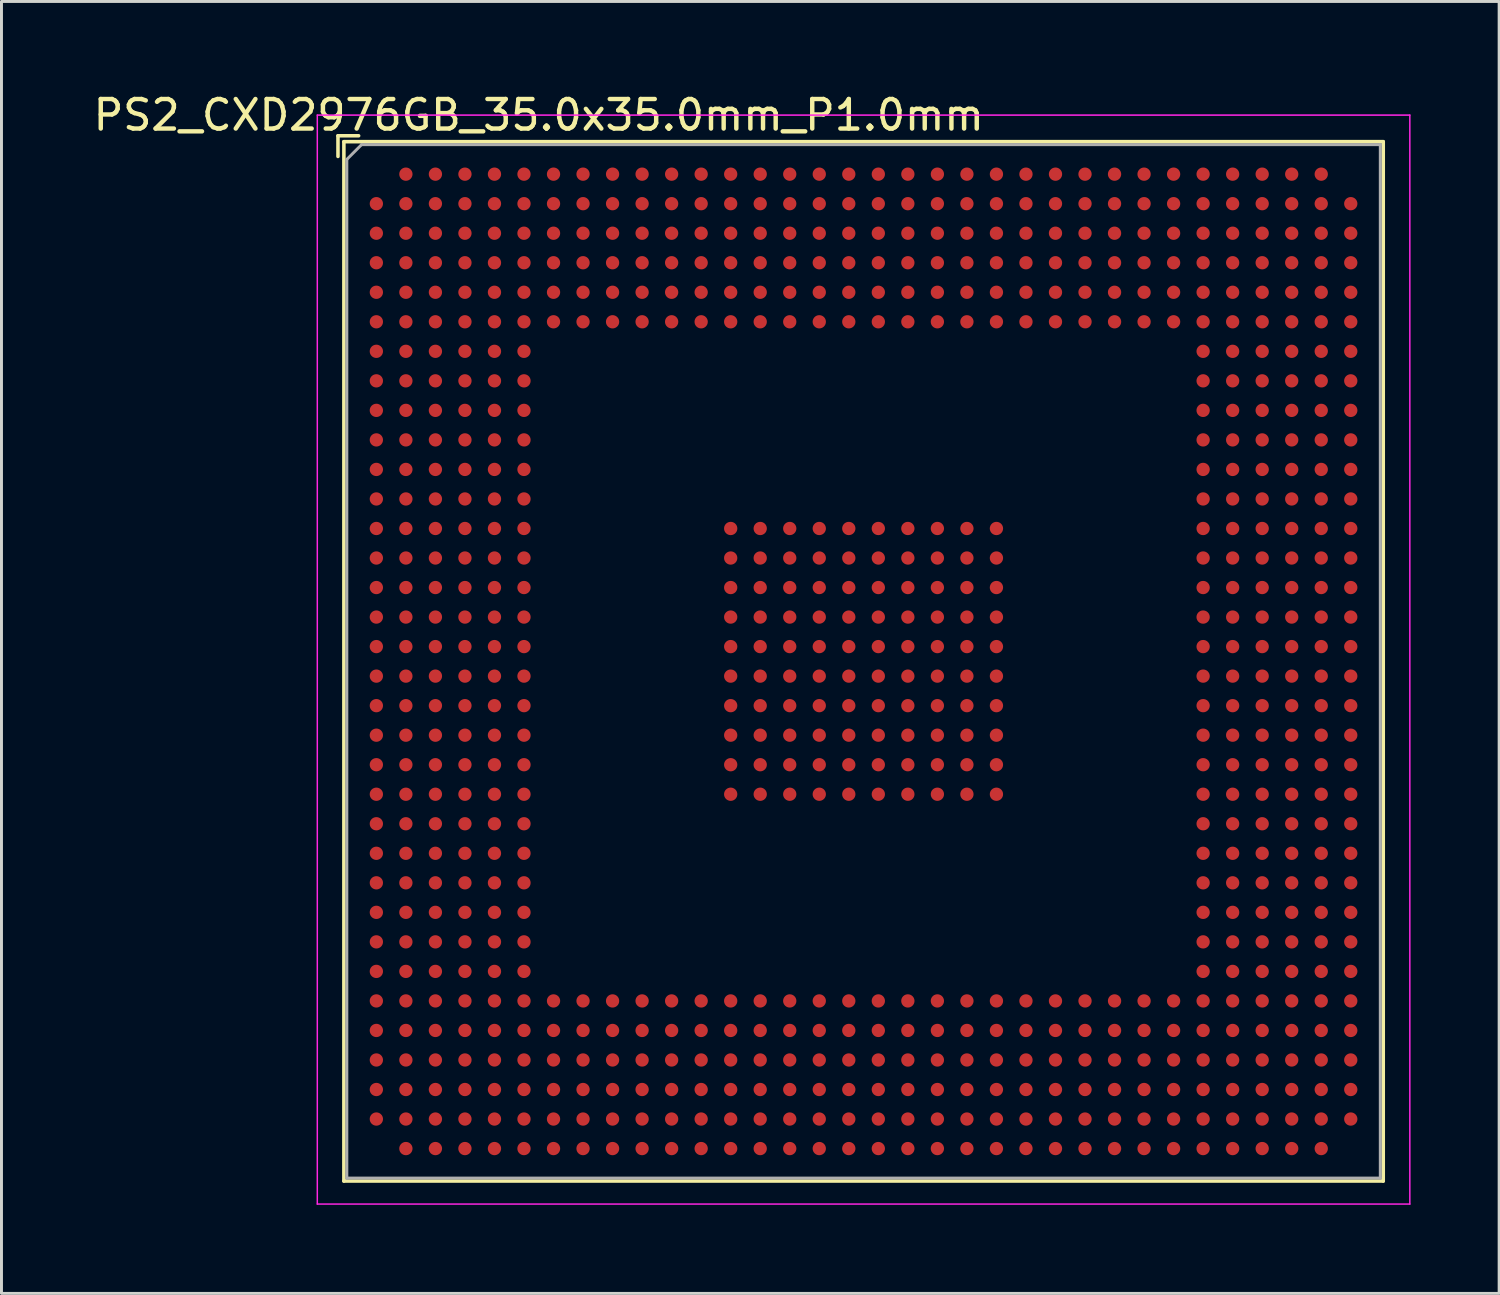
<source format=kicad_pcb>
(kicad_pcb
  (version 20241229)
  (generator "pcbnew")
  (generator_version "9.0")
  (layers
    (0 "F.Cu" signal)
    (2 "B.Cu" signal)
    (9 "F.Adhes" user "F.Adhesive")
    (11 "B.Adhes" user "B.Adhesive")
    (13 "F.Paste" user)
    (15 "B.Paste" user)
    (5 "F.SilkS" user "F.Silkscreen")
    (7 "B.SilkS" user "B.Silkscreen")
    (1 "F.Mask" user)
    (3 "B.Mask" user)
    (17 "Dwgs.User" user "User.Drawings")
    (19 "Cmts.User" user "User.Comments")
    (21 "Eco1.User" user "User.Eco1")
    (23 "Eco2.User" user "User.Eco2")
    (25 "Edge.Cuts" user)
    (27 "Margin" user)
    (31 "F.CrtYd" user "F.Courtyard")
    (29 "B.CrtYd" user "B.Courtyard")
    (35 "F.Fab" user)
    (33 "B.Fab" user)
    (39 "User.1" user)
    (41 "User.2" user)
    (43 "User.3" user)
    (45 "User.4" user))
  (footprint "PS2_CXD2976GB_35.0x35.0mm_P1.0mm"
    (layer "F.Cu")
    (at 8.696 1.848)
    (property "Reference" "PS2_CXD2976GB_35.0x35.0mm_P1.0mm" (at 6.5 -1 0) (layer "F.SilkS") (effects (font (size 1 1) (thickness 0.15))))
    (attr smd)
    (fp_line (start -0.3 -0.3) (end 0.4 -0.3) (stroke (width 0.12) (type solid)) (layer "F.SilkS"))
    (fp_line (start -0.3 0.4) (end -0.3 -0.3) (stroke (width 0.12) (type solid)) (layer "F.SilkS"))
    (fp_line (start -0.1 -0.1) (end 35.1 -0.1) (stroke (width 0.12) (type solid)) (layer "F.SilkS"))
    (fp_line (start -0.1 35.1) (end -0.1 -0.1) (stroke (width 0.12) (type solid)) (layer "F.SilkS"))
    (fp_line (start 35.1 -0.1) (end 35.1 35.1) (stroke (width 0.12) (type solid)) (layer "F.SilkS"))
    (fp_line (start 35.1 35.1) (end -0.1 35.1) (stroke (width 0.12) (type solid)) (layer "F.SilkS"))
    (fp_line (start -1 -1) (end -1 35.88) (stroke (width 0.05) (type solid)) (layer "F.CrtYd"))
    (fp_line (start -1 -1) (end 36 -1) (stroke (width 0.05) (type solid)) (layer "F.CrtYd"))
    (fp_line (start 36 35.88) (end -1 35.88) (stroke (width 0.05) (type solid)) (layer "F.CrtYd"))
    (fp_line (start 36 35.88) (end 36 -1) (stroke (width 0.05) (type solid)) (layer "F.CrtYd"))
    (fp_line (start 0 0.5) (end 0.5 0) (stroke (width 0.1) (type solid)) (layer "F.Fab"))
    (fp_line (start 0 35) (end 0 0.5) (stroke (width 0.1) (type solid)) (layer "F.Fab"))
    (fp_line (start 0.5 0) (end 35 0) (stroke (width 0.1) (type solid)) (layer "F.Fab"))
    (fp_line (start 35 0) (end 35 35) (stroke (width 0.1) (type solid)) (layer "F.Fab"))
    (fp_line (start 35 35) (end 0 35) (stroke (width 0.1) (type solid)) (layer "F.Fab"))
    (pad "A2" smd circle (at 2 1) (size 0.45 0.45) (property pad_prop_bga) (layers "F.Cu" "F.Mask"))
    (pad "A3" smd circle (at 3 1) (size 0.45 0.45) (property pad_prop_bga) (layers "F.Cu" "F.Mask"))
    (pad "A4" smd circle (at 4 1) (size 0.45 0.45) (property pad_prop_bga) (layers "F.Cu" "F.Mask"))
    (pad "A5" smd circle (at 5 1) (size 0.45 0.45) (property pad_prop_bga) (layers "F.Cu" "F.Mask"))
    (pad "A6" smd circle (at 6 1) (size 0.45 0.45) (property pad_prop_bga) (layers "F.Cu" "F.Mask"))
    (pad "A7" smd circle (at 7 1) (size 0.45 0.45) (property pad_prop_bga) (layers "F.Cu" "F.Mask"))
    (pad "A8" smd circle (at 8 1) (size 0.45 0.45) (property pad_prop_bga) (layers "F.Cu" "F.Mask"))
    (pad "A9" smd circle (at 9 1) (size 0.45 0.45) (property pad_prop_bga) (layers "F.Cu" "F.Mask"))
    (pad "A10" smd circle (at 10 1) (size 0.45 0.45) (property pad_prop_bga) (layers "F.Cu" "F.Mask"))
    (pad "A11" smd circle (at 11 1) (size 0.45 0.45) (property pad_prop_bga) (layers "F.Cu" "F.Mask"))
    (pad "A12" smd circle (at 12 1) (size 0.45 0.45) (property pad_prop_bga) (layers "F.Cu" "F.Mask"))
    (pad "A13" smd circle (at 13 1) (size 0.45 0.45) (property pad_prop_bga) (layers "F.Cu" "F.Mask"))
    (pad "A14" smd circle (at 14 1) (size 0.45 0.45) (property pad_prop_bga) (layers "F.Cu" "F.Mask"))
    (pad "A15" smd circle (at 15 1) (size 0.45 0.45) (property pad_prop_bga) (layers "F.Cu" "F.Mask"))
    (pad "A16" smd circle (at 16 1) (size 0.45 0.45) (property pad_prop_bga) (layers "F.Cu" "F.Mask"))
    (pad "A17" smd circle (at 17 1) (size 0.45 0.45) (property pad_prop_bga) (layers "F.Cu" "F.Mask"))
    (pad "A18" smd circle (at 18 1) (size 0.45 0.45) (property pad_prop_bga) (layers "F.Cu" "F.Mask"))
    (pad "A19" smd circle (at 19 1) (size 0.45 0.45) (property pad_prop_bga) (layers "F.Cu" "F.Mask"))
    (pad "A20" smd circle (at 20 1) (size 0.45 0.45) (property pad_prop_bga) (layers "F.Cu" "F.Mask"))
    (pad "A21" smd circle (at 21 1) (size 0.45 0.45) (property pad_prop_bga) (layers "F.Cu" "F.Mask"))
    (pad "A22" smd circle (at 22 1) (size 0.45 0.45) (property pad_prop_bga) (layers "F.Cu" "F.Mask"))
    (pad "A23" smd circle (at 23 1) (size 0.45 0.45) (property pad_prop_bga) (layers "F.Cu" "F.Mask"))
    (pad "A24" smd circle (at 24 1) (size 0.45 0.45) (property pad_prop_bga) (layers "F.Cu" "F.Mask"))
    (pad "A25" smd circle (at 25 1) (size 0.45 0.45) (property pad_prop_bga) (layers "F.Cu" "F.Mask"))
    (pad "A26" smd circle (at 26 1) (size 0.45 0.45) (property pad_prop_bga) (layers "F.Cu" "F.Mask"))
    (pad "A27" smd circle (at 27 1) (size 0.45 0.45) (property pad_prop_bga) (layers "F.Cu" "F.Mask"))
    (pad "A28" smd circle (at 28 1) (size 0.45 0.45) (property pad_prop_bga) (layers "F.Cu" "F.Mask"))
    (pad "A29" smd circle (at 29 1) (size 0.45 0.45) (property pad_prop_bga) (layers "F.Cu" "F.Mask"))
    (pad "A30" smd circle (at 30 1) (size 0.45 0.45) (property pad_prop_bga) (layers "F.Cu" "F.Mask"))
    (pad "A31" smd circle (at 31 1) (size 0.45 0.45) (property pad_prop_bga) (layers "F.Cu" "F.Mask"))
    (pad "A32" smd circle (at 32 1) (size 0.45 0.45) (property pad_prop_bga) (layers "F.Cu" "F.Mask"))
    (pad "A33" smd circle (at 33 1) (size 0.45 0.45) (property pad_prop_bga) (layers "F.Cu" "F.Mask"))
    (pad "AA1" smd circle (at 1 21) (size 0.45 0.45) (property pad_prop_bga) (layers "F.Cu" "F.Mask"))
    (pad "AA2" smd circle (at 2 21) (size 0.45 0.45) (property pad_prop_bga) (layers "F.Cu" "F.Mask"))
    (pad "AA3" smd circle (at 3 21) (size 0.45 0.45) (property pad_prop_bga) (layers "F.Cu" "F.Mask"))
    (pad "AA4" smd circle (at 4 21) (size 0.45 0.45) (property pad_prop_bga) (layers "F.Cu" "F.Mask"))
    (pad "AA5" smd circle (at 5 21) (size 0.45 0.45) (property pad_prop_bga) (layers "F.Cu" "F.Mask"))
    (pad "AA6" smd circle (at 6 21) (size 0.45 0.45) (property pad_prop_bga) (layers "F.Cu" "F.Mask"))
    (pad "AA13" smd circle (at 13 21) (size 0.45 0.45) (property pad_prop_bga) (layers "F.Cu" "F.Mask"))
    (pad "AA14" smd circle (at 14 21) (size 0.45 0.45) (property pad_prop_bga) (layers "F.Cu" "F.Mask"))
    (pad "AA15" smd circle (at 15 21) (size 0.45 0.45) (property pad_prop_bga) (layers "F.Cu" "F.Mask"))
    (pad "AA16" smd circle (at 16 21) (size 0.45 0.45) (property pad_prop_bga) (layers "F.Cu" "F.Mask"))
    (pad "AA17" smd circle (at 17 21) (size 0.45 0.45) (property pad_prop_bga) (layers "F.Cu" "F.Mask"))
    (pad "AA18" smd circle (at 18 21) (size 0.45 0.45) (property pad_prop_bga) (layers "F.Cu" "F.Mask"))
    (pad "AA19" smd circle (at 19 21) (size 0.45 0.45) (property pad_prop_bga) (layers "F.Cu" "F.Mask"))
    (pad "AA20" smd circle (at 20 21) (size 0.45 0.45) (property pad_prop_bga) (layers "F.Cu" "F.Mask"))
    (pad "AA21" smd circle (at 21 21) (size 0.45 0.45) (property pad_prop_bga) (layers "F.Cu" "F.Mask"))
    (pad "AA22" smd circle (at 22 21) (size 0.45 0.45) (property pad_prop_bga) (layers "F.Cu" "F.Mask"))
    (pad "AA29" smd circle (at 29 21) (size 0.45 0.45) (property pad_prop_bga) (layers "F.Cu" "F.Mask"))
    (pad "AA30" smd circle (at 30 21) (size 0.45 0.45) (property pad_prop_bga) (layers "F.Cu" "F.Mask"))
    (pad "AA31" smd circle (at 31 21) (size 0.45 0.45) (property pad_prop_bga) (layers "F.Cu" "F.Mask"))
    (pad "AA32" smd circle (at 32 21) (size 0.45 0.45) (property pad_prop_bga) (layers "F.Cu" "F.Mask"))
    (pad "AA33" smd circle (at 33 21) (size 0.45 0.45) (property pad_prop_bga) (layers "F.Cu" "F.Mask"))
    (pad "AA34" smd circle (at 34 21) (size 0.45 0.45) (property pad_prop_bga) (layers "F.Cu" "F.Mask"))
    (pad "AB1" smd circle (at 1 22) (size 0.45 0.45) (property pad_prop_bga) (layers "F.Cu" "F.Mask"))
    (pad "AB2" smd circle (at 2 22) (size 0.45 0.45) (property pad_prop_bga) (layers "F.Cu" "F.Mask"))
    (pad "AB3" smd circle (at 3 22) (size 0.45 0.45) (property pad_prop_bga) (layers "F.Cu" "F.Mask"))
    (pad "AB4" smd circle (at 4 22) (size 0.45 0.45) (property pad_prop_bga) (layers "F.Cu" "F.Mask"))
    (pad "AB5" smd circle (at 5 22) (size 0.45 0.45) (property pad_prop_bga) (layers "F.Cu" "F.Mask"))
    (pad "AB6" smd circle (at 6 22) (size 0.45 0.45) (property pad_prop_bga) (layers "F.Cu" "F.Mask"))
    (pad "AB13" smd circle (at 13 22) (size 0.45 0.45) (property pad_prop_bga) (layers "F.Cu" "F.Mask"))
    (pad "AB14" smd circle (at 14 22) (size 0.45 0.45) (property pad_prop_bga) (layers "F.Cu" "F.Mask"))
    (pad "AB15" smd circle (at 15 22) (size 0.45 0.45) (property pad_prop_bga) (layers "F.Cu" "F.Mask"))
    (pad "AB16" smd circle (at 16 22) (size 0.45 0.45) (property pad_prop_bga) (layers "F.Cu" "F.Mask"))
    (pad "AB17" smd circle (at 17 22) (size 0.45 0.45) (property pad_prop_bga) (layers "F.Cu" "F.Mask"))
    (pad "AB18" smd circle (at 18 22) (size 0.45 0.45) (property pad_prop_bga) (layers "F.Cu" "F.Mask"))
    (pad "AB19" smd circle (at 19 22) (size 0.45 0.45) (property pad_prop_bga) (layers "F.Cu" "F.Mask"))
    (pad "AB20" smd circle (at 20 22) (size 0.45 0.45) (property pad_prop_bga) (layers "F.Cu" "F.Mask"))
    (pad "AB21" smd circle (at 21 22) (size 0.45 0.45) (property pad_prop_bga) (layers "F.Cu" "F.Mask"))
    (pad "AB22" smd circle (at 22 22) (size 0.45 0.45) (property pad_prop_bga) (layers "F.Cu" "F.Mask"))
    (pad "AB29" smd circle (at 29 22) (size 0.45 0.45) (property pad_prop_bga) (layers "F.Cu" "F.Mask"))
    (pad "AB30" smd circle (at 30 22) (size 0.45 0.45) (property pad_prop_bga) (layers "F.Cu" "F.Mask"))
    (pad "AB31" smd circle (at 31 22) (size 0.45 0.45) (property pad_prop_bga) (layers "F.Cu" "F.Mask"))
    (pad "AB32" smd circle (at 32 22) (size 0.45 0.45) (property pad_prop_bga) (layers "F.Cu" "F.Mask"))
    (pad "AB33" smd circle (at 33 22) (size 0.45 0.45) (property pad_prop_bga) (layers "F.Cu" "F.Mask"))
    (pad "AB34" smd circle (at 34 22) (size 0.45 0.45) (property pad_prop_bga) (layers "F.Cu" "F.Mask"))
    (pad "AC1" smd circle (at 1 23) (size 0.45 0.45) (property pad_prop_bga) (layers "F.Cu" "F.Mask"))
    (pad "AC2" smd circle (at 2 23) (size 0.45 0.45) (property pad_prop_bga) (layers "F.Cu" "F.Mask"))
    (pad "AC3" smd circle (at 3 23) (size 0.45 0.45) (property pad_prop_bga) (layers "F.Cu" "F.Mask"))
    (pad "AC4" smd circle (at 4 23) (size 0.45 0.45) (property pad_prop_bga) (layers "F.Cu" "F.Mask"))
    (pad "AC5" smd circle (at 5 23) (size 0.45 0.45) (property pad_prop_bga) (layers "F.Cu" "F.Mask"))
    (pad "AC6" smd circle (at 6 23) (size 0.45 0.45) (property pad_prop_bga) (layers "F.Cu" "F.Mask"))
    (pad "AC29" smd circle (at 29 23) (size 0.45 0.45) (property pad_prop_bga) (layers "F.Cu" "F.Mask"))
    (pad "AC30" smd circle (at 30 23) (size 0.45 0.45) (property pad_prop_bga) (layers "F.Cu" "F.Mask"))
    (pad "AC31" smd circle (at 31 23) (size 0.45 0.45) (property pad_prop_bga) (layers "F.Cu" "F.Mask"))
    (pad "AC32" smd circle (at 32 23) (size 0.45 0.45) (property pad_prop_bga) (layers "F.Cu" "F.Mask"))
    (pad "AC33" smd circle (at 33 23) (size 0.45 0.45) (property pad_prop_bga) (layers "F.Cu" "F.Mask"))
    (pad "AC34" smd circle (at 34 23) (size 0.45 0.45) (property pad_prop_bga) (layers "F.Cu" "F.Mask"))
    (pad "AD1" smd circle (at 1 24) (size 0.45 0.45) (property pad_prop_bga) (layers "F.Cu" "F.Mask"))
    (pad "AD2" smd circle (at 2 24) (size 0.45 0.45) (property pad_prop_bga) (layers "F.Cu" "F.Mask"))
    (pad "AD3" smd circle (at 3 24) (size 0.45 0.45) (property pad_prop_bga) (layers "F.Cu" "F.Mask"))
    (pad "AD4" smd circle (at 4 24) (size 0.45 0.45) (property pad_prop_bga) (layers "F.Cu" "F.Mask"))
    (pad "AD5" smd circle (at 5 24) (size 0.45 0.45) (property pad_prop_bga) (layers "F.Cu" "F.Mask"))
    (pad "AD6" smd circle (at 6 24) (size 0.45 0.45) (property pad_prop_bga) (layers "F.Cu" "F.Mask"))
    (pad "AD29" smd circle (at 29 24) (size 0.45 0.45) (property pad_prop_bga) (layers "F.Cu" "F.Mask"))
    (pad "AD30" smd circle (at 30 24) (size 0.45 0.45) (property pad_prop_bga) (layers "F.Cu" "F.Mask"))
    (pad "AD31" smd circle (at 31 24) (size 0.45 0.45) (property pad_prop_bga) (layers "F.Cu" "F.Mask"))
    (pad "AD32" smd circle (at 32 24) (size 0.45 0.45) (property pad_prop_bga) (layers "F.Cu" "F.Mask"))
    (pad "AD33" smd circle (at 33 24) (size 0.45 0.45) (property pad_prop_bga) (layers "F.Cu" "F.Mask"))
    (pad "AD34" smd circle (at 34 24) (size 0.45 0.45) (property pad_prop_bga) (layers "F.Cu" "F.Mask"))
    (pad "AE1" smd circle (at 1 25) (size 0.45 0.45) (property pad_prop_bga) (layers "F.Cu" "F.Mask"))
    (pad "AE2" smd circle (at 2 25) (size 0.45 0.45) (property pad_prop_bga) (layers "F.Cu" "F.Mask"))
    (pad "AE3" smd circle (at 3 25) (size 0.45 0.45) (property pad_prop_bga) (layers "F.Cu" "F.Mask"))
    (pad "AE4" smd circle (at 4 25) (size 0.45 0.45) (property pad_prop_bga) (layers "F.Cu" "F.Mask"))
    (pad "AE5" smd circle (at 5 25) (size 0.45 0.45) (property pad_prop_bga) (layers "F.Cu" "F.Mask"))
    (pad "AE6" smd circle (at 6 25) (size 0.45 0.45) (property pad_prop_bga) (layers "F.Cu" "F.Mask"))
    (pad "AE29" smd circle (at 29 25) (size 0.45 0.45) (property pad_prop_bga) (layers "F.Cu" "F.Mask"))
    (pad "AE30" smd circle (at 30 25) (size 0.45 0.45) (property pad_prop_bga) (layers "F.Cu" "F.Mask"))
    (pad "AE31" smd circle (at 31 25) (size 0.45 0.45) (property pad_prop_bga) (layers "F.Cu" "F.Mask"))
    (pad "AE32" smd circle (at 32 25) (size 0.45 0.45) (property pad_prop_bga) (layers "F.Cu" "F.Mask"))
    (pad "AE33" smd circle (at 33 25) (size 0.45 0.45) (property pad_prop_bga) (layers "F.Cu" "F.Mask"))
    (pad "AE34" smd circle (at 34 25) (size 0.45 0.45) (property pad_prop_bga) (layers "F.Cu" "F.Mask"))
    (pad "AF1" smd circle (at 1 26) (size 0.45 0.45) (property pad_prop_bga) (layers "F.Cu" "F.Mask"))
    (pad "AF2" smd circle (at 2 26) (size 0.45 0.45) (property pad_prop_bga) (layers "F.Cu" "F.Mask"))
    (pad "AF3" smd circle (at 3 26) (size 0.45 0.45) (property pad_prop_bga) (layers "F.Cu" "F.Mask"))
    (pad "AF4" smd circle (at 4 26) (size 0.45 0.45) (property pad_prop_bga) (layers "F.Cu" "F.Mask"))
    (pad "AF5" smd circle (at 5 26) (size 0.45 0.45) (property pad_prop_bga) (layers "F.Cu" "F.Mask"))
    (pad "AF6" smd circle (at 6 26) (size 0.45 0.45) (property pad_prop_bga) (layers "F.Cu" "F.Mask"))
    (pad "AF29" smd circle (at 29 26) (size 0.45 0.45) (property pad_prop_bga) (layers "F.Cu" "F.Mask"))
    (pad "AF30" smd circle (at 30 26) (size 0.45 0.45) (property pad_prop_bga) (layers "F.Cu" "F.Mask"))
    (pad "AF31" smd circle (at 31 26) (size 0.45 0.45) (property pad_prop_bga) (layers "F.Cu" "F.Mask"))
    (pad "AF32" smd circle (at 32 26) (size 0.45 0.45) (property pad_prop_bga) (layers "F.Cu" "F.Mask"))
    (pad "AF33" smd circle (at 33 26) (size 0.45 0.45) (property pad_prop_bga) (layers "F.Cu" "F.Mask"))
    (pad "AF34" smd circle (at 34 26) (size 0.45 0.45) (property pad_prop_bga) (layers "F.Cu" "F.Mask"))
    (pad "AG1" smd circle (at 1 27) (size 0.45 0.45) (property pad_prop_bga) (layers "F.Cu" "F.Mask"))
    (pad "AG2" smd circle (at 2 27) (size 0.45 0.45) (property pad_prop_bga) (layers "F.Cu" "F.Mask"))
    (pad "AG3" smd circle (at 3 27) (size 0.45 0.45) (property pad_prop_bga) (layers "F.Cu" "F.Mask"))
    (pad "AG4" smd circle (at 4 27) (size 0.45 0.45) (property pad_prop_bga) (layers "F.Cu" "F.Mask"))
    (pad "AG5" smd circle (at 5 27) (size 0.45 0.45) (property pad_prop_bga) (layers "F.Cu" "F.Mask"))
    (pad "AG6" smd circle (at 6 27) (size 0.45 0.45) (property pad_prop_bga) (layers "F.Cu" "F.Mask"))
    (pad "AG29" smd circle (at 29 27) (size 0.45 0.45) (property pad_prop_bga) (layers "F.Cu" "F.Mask"))
    (pad "AG30" smd circle (at 30 27) (size 0.45 0.45) (property pad_prop_bga) (layers "F.Cu" "F.Mask"))
    (pad "AG31" smd circle (at 31 27) (size 0.45 0.45) (property pad_prop_bga) (layers "F.Cu" "F.Mask"))
    (pad "AG32" smd circle (at 32 27) (size 0.45 0.45) (property pad_prop_bga) (layers "F.Cu" "F.Mask"))
    (pad "AG33" smd circle (at 33 27) (size 0.45 0.45) (property pad_prop_bga) (layers "F.Cu" "F.Mask"))
    (pad "AG34" smd circle (at 34 27) (size 0.45 0.45) (property pad_prop_bga) (layers "F.Cu" "F.Mask"))
    (pad "AH1" smd circle (at 1 28) (size 0.45 0.45) (property pad_prop_bga) (layers "F.Cu" "F.Mask"))
    (pad "AH2" smd circle (at 2 28) (size 0.45 0.45) (property pad_prop_bga) (layers "F.Cu" "F.Mask"))
    (pad "AH3" smd circle (at 3 28) (size 0.45 0.45) (property pad_prop_bga) (layers "F.Cu" "F.Mask"))
    (pad "AH4" smd circle (at 4 28) (size 0.45 0.45) (property pad_prop_bga) (layers "F.Cu" "F.Mask"))
    (pad "AH5" smd circle (at 5 28) (size 0.45 0.45) (property pad_prop_bga) (layers "F.Cu" "F.Mask"))
    (pad "AH6" smd circle (at 6 28) (size 0.45 0.45) (property pad_prop_bga) (layers "F.Cu" "F.Mask"))
    (pad "AH29" smd circle (at 29 28) (size 0.45 0.45) (property pad_prop_bga) (layers "F.Cu" "F.Mask"))
    (pad "AH30" smd circle (at 30 28) (size 0.45 0.45) (property pad_prop_bga) (layers "F.Cu" "F.Mask"))
    (pad "AH31" smd circle (at 31 28) (size 0.45 0.45) (property pad_prop_bga) (layers "F.Cu" "F.Mask"))
    (pad "AH32" smd circle (at 32 28) (size 0.45 0.45) (property pad_prop_bga) (layers "F.Cu" "F.Mask"))
    (pad "AH33" smd circle (at 33 28) (size 0.45 0.45) (property pad_prop_bga) (layers "F.Cu" "F.Mask"))
    (pad "AH34" smd circle (at 34 28) (size 0.45 0.45) (property pad_prop_bga) (layers "F.Cu" "F.Mask"))
    (pad "AJ1" smd circle (at 1 29) (size 0.45 0.45) (property pad_prop_bga) (layers "F.Cu" "F.Mask"))
    (pad "AJ2" smd circle (at 2 29) (size 0.45 0.45) (property pad_prop_bga) (layers "F.Cu" "F.Mask"))
    (pad "AJ3" smd circle (at 3 29) (size 0.45 0.45) (property pad_prop_bga) (layers "F.Cu" "F.Mask"))
    (pad "AJ4" smd circle (at 4 29) (size 0.45 0.45) (property pad_prop_bga) (layers "F.Cu" "F.Mask"))
    (pad "AJ5" smd circle (at 5 29) (size 0.45 0.45) (property pad_prop_bga) (layers "F.Cu" "F.Mask"))
    (pad "AJ6" smd circle (at 6 29) (size 0.45 0.45) (property pad_prop_bga) (layers "F.Cu" "F.Mask"))
    (pad "AJ7" smd circle (at 7 29) (size 0.45 0.45) (property pad_prop_bga) (layers "F.Cu" "F.Mask"))
    (pad "AJ8" smd circle (at 8 29) (size 0.45 0.45) (property pad_prop_bga) (layers "F.Cu" "F.Mask"))
    (pad "AJ9" smd circle (at 9 29) (size 0.45 0.45) (property pad_prop_bga) (layers "F.Cu" "F.Mask"))
    (pad "AJ10" smd circle (at 10 29) (size 0.45 0.45) (property pad_prop_bga) (layers "F.Cu" "F.Mask"))
    (pad "AJ11" smd circle (at 11 29) (size 0.45 0.45) (property pad_prop_bga) (layers "F.Cu" "F.Mask"))
    (pad "AJ12" smd circle (at 12 29) (size 0.45 0.45) (property pad_prop_bga) (layers "F.Cu" "F.Mask"))
    (pad "AJ13" smd circle (at 13 29) (size 0.45 0.45) (property pad_prop_bga) (layers "F.Cu" "F.Mask"))
    (pad "AJ14" smd circle (at 14 29) (size 0.45 0.45) (property pad_prop_bga) (layers "F.Cu" "F.Mask"))
    (pad "AJ15" smd circle (at 15 29) (size 0.45 0.45) (property pad_prop_bga) (layers "F.Cu" "F.Mask"))
    (pad "AJ16" smd circle (at 16 29) (size 0.45 0.45) (property pad_prop_bga) (layers "F.Cu" "F.Mask"))
    (pad "AJ17" smd circle (at 17 29) (size 0.45 0.45) (property pad_prop_bga) (layers "F.Cu" "F.Mask"))
    (pad "AJ18" smd circle (at 18 29) (size 0.45 0.45) (property pad_prop_bga) (layers "F.Cu" "F.Mask"))
    (pad "AJ19" smd circle (at 19 29) (size 0.45 0.45) (property pad_prop_bga) (layers "F.Cu" "F.Mask"))
    (pad "AJ20" smd circle (at 20 29) (size 0.45 0.45) (property pad_prop_bga) (layers "F.Cu" "F.Mask"))
    (pad "AJ21" smd circle (at 21 29) (size 0.45 0.45) (property pad_prop_bga) (layers "F.Cu" "F.Mask"))
    (pad "AJ22" smd circle (at 22 29) (size 0.45 0.45) (property pad_prop_bga) (layers "F.Cu" "F.Mask"))
    (pad "AJ23" smd circle (at 23 29) (size 0.45 0.45) (property pad_prop_bga) (layers "F.Cu" "F.Mask"))
    (pad "AJ24" smd circle (at 24 29) (size 0.45 0.45) (property pad_prop_bga) (layers "F.Cu" "F.Mask"))
    (pad "AJ25" smd circle (at 25 29) (size 0.45 0.45) (property pad_prop_bga) (layers "F.Cu" "F.Mask"))
    (pad "AJ26" smd circle (at 26 29) (size 0.45 0.45) (property pad_prop_bga) (layers "F.Cu" "F.Mask"))
    (pad "AJ27" smd circle (at 27 29) (size 0.45 0.45) (property pad_prop_bga) (layers "F.Cu" "F.Mask"))
    (pad "AJ28" smd circle (at 28 29) (size 0.45 0.45) (property pad_prop_bga) (layers "F.Cu" "F.Mask"))
    (pad "AJ29" smd circle (at 29 29) (size 0.45 0.45) (property pad_prop_bga) (layers "F.Cu" "F.Mask"))
    (pad "AJ30" smd circle (at 30 29) (size 0.45 0.45) (property pad_prop_bga) (layers "F.Cu" "F.Mask"))
    (pad "AJ31" smd circle (at 31 29) (size 0.45 0.45) (property pad_prop_bga) (layers "F.Cu" "F.Mask"))
    (pad "AJ32" smd circle (at 32 29) (size 0.45 0.45) (property pad_prop_bga) (layers "F.Cu" "F.Mask"))
    (pad "AJ33" smd circle (at 33 29) (size 0.45 0.45) (property pad_prop_bga) (layers "F.Cu" "F.Mask"))
    (pad "AJ34" smd circle (at 34 29) (size 0.45 0.45) (property pad_prop_bga) (layers "F.Cu" "F.Mask"))
    (pad "AK1" smd circle (at 1 30) (size 0.45 0.45) (property pad_prop_bga) (layers "F.Cu" "F.Mask"))
    (pad "AK2" smd circle (at 2 30) (size 0.45 0.45) (property pad_prop_bga) (layers "F.Cu" "F.Mask"))
    (pad "AK3" smd circle (at 3 30) (size 0.45 0.45) (property pad_prop_bga) (layers "F.Cu" "F.Mask"))
    (pad "AK4" smd circle (at 4 30) (size 0.45 0.45) (property pad_prop_bga) (layers "F.Cu" "F.Mask"))
    (pad "AK5" smd circle (at 5 30) (size 0.45 0.45) (property pad_prop_bga) (layers "F.Cu" "F.Mask"))
    (pad "AK6" smd circle (at 6 30) (size 0.45 0.45) (property pad_prop_bga) (layers "F.Cu" "F.Mask"))
    (pad "AK7" smd circle (at 7 30) (size 0.45 0.45) (property pad_prop_bga) (layers "F.Cu" "F.Mask"))
    (pad "AK8" smd circle (at 8 30) (size 0.45 0.45) (property pad_prop_bga) (layers "F.Cu" "F.Mask"))
    (pad "AK9" smd circle (at 9 30) (size 0.45 0.45) (property pad_prop_bga) (layers "F.Cu" "F.Mask"))
    (pad "AK10" smd circle (at 10 30) (size 0.45 0.45) (property pad_prop_bga) (layers "F.Cu" "F.Mask"))
    (pad "AK11" smd circle (at 11 30) (size 0.45 0.45) (property pad_prop_bga) (layers "F.Cu" "F.Mask"))
    (pad "AK12" smd circle (at 12 30) (size 0.45 0.45) (property pad_prop_bga) (layers "F.Cu" "F.Mask"))
    (pad "AK13" smd circle (at 13 30) (size 0.45 0.45) (property pad_prop_bga) (layers "F.Cu" "F.Mask"))
    (pad "AK14" smd circle (at 14 30) (size 0.45 0.45) (property pad_prop_bga) (layers "F.Cu" "F.Mask"))
    (pad "AK15" smd circle (at 15 30) (size 0.45 0.45) (property pad_prop_bga) (layers "F.Cu" "F.Mask"))
    (pad "AK16" smd circle (at 16 30) (size 0.45 0.45) (property pad_prop_bga) (layers "F.Cu" "F.Mask"))
    (pad "AK17" smd circle (at 17 30) (size 0.45 0.45) (property pad_prop_bga) (layers "F.Cu" "F.Mask"))
    (pad "AK18" smd circle (at 18 30) (size 0.45 0.45) (property pad_prop_bga) (layers "F.Cu" "F.Mask"))
    (pad "AK19" smd circle (at 19 30) (size 0.45 0.45) (property pad_prop_bga) (layers "F.Cu" "F.Mask"))
    (pad "AK20" smd circle (at 20 30) (size 0.45 0.45) (property pad_prop_bga) (layers "F.Cu" "F.Mask"))
    (pad "AK21" smd circle (at 21 30) (size 0.45 0.45) (property pad_prop_bga) (layers "F.Cu" "F.Mask"))
    (pad "AK22" smd circle (at 22 30) (size 0.45 0.45) (property pad_prop_bga) (layers "F.Cu" "F.Mask"))
    (pad "AK23" smd circle (at 23 30) (size 0.45 0.45) (property pad_prop_bga) (layers "F.Cu" "F.Mask"))
    (pad "AK24" smd circle (at 24 30) (size 0.45 0.45) (property pad_prop_bga) (layers "F.Cu" "F.Mask"))
    (pad "AK25" smd circle (at 25 30) (size 0.45 0.45) (property pad_prop_bga) (layers "F.Cu" "F.Mask"))
    (pad "AK26" smd circle (at 26 30) (size 0.45 0.45) (property pad_prop_bga) (layers "F.Cu" "F.Mask"))
    (pad "AK27" smd circle (at 27 30) (size 0.45 0.45) (property pad_prop_bga) (layers "F.Cu" "F.Mask"))
    (pad "AK28" smd circle (at 28 30) (size 0.45 0.45) (property pad_prop_bga) (layers "F.Cu" "F.Mask"))
    (pad "AK29" smd circle (at 29 30) (size 0.45 0.45) (property pad_prop_bga) (layers "F.Cu" "F.Mask"))
    (pad "AK30" smd circle (at 30 30) (size 0.45 0.45) (property pad_prop_bga) (layers "F.Cu" "F.Mask"))
    (pad "AK31" smd circle (at 31 30) (size 0.45 0.45) (property pad_prop_bga) (layers "F.Cu" "F.Mask"))
    (pad "AK32" smd circle (at 32 30) (size 0.45 0.45) (property pad_prop_bga) (layers "F.Cu" "F.Mask"))
    (pad "AK33" smd circle (at 33 30) (size 0.45 0.45) (property pad_prop_bga) (layers "F.Cu" "F.Mask"))
    (pad "AK34" smd circle (at 34 30) (size 0.45 0.45) (property pad_prop_bga) (layers "F.Cu" "F.Mask"))
    (pad "AL1" smd circle (at 1 31) (size 0.45 0.45) (property pad_prop_bga) (layers "F.Cu" "F.Mask"))
    (pad "AL2" smd circle (at 2 31) (size 0.45 0.45) (property pad_prop_bga) (layers "F.Cu" "F.Mask"))
    (pad "AL3" smd circle (at 3 31) (size 0.45 0.45) (property pad_prop_bga) (layers "F.Cu" "F.Mask"))
    (pad "AL4" smd circle (at 4 31) (size 0.45 0.45) (property pad_prop_bga) (layers "F.Cu" "F.Mask"))
    (pad "AL5" smd circle (at 5 31) (size 0.45 0.45) (property pad_prop_bga) (layers "F.Cu" "F.Mask"))
    (pad "AL6" smd circle (at 6 31) (size 0.45 0.45) (property pad_prop_bga) (layers "F.Cu" "F.Mask"))
    (pad "AL7" smd circle (at 7 31) (size 0.45 0.45) (property pad_prop_bga) (layers "F.Cu" "F.Mask"))
    (pad "AL8" smd circle (at 8 31) (size 0.45 0.45) (property pad_prop_bga) (layers "F.Cu" "F.Mask"))
    (pad "AL9" smd circle (at 9 31) (size 0.45 0.45) (property pad_prop_bga) (layers "F.Cu" "F.Mask"))
    (pad "AL10" smd circle (at 10 31) (size 0.45 0.45) (property pad_prop_bga) (layers "F.Cu" "F.Mask"))
    (pad "AL11" smd circle (at 11 31) (size 0.45 0.45) (property pad_prop_bga) (layers "F.Cu" "F.Mask"))
    (pad "AL12" smd circle (at 12 31) (size 0.45 0.45) (property pad_prop_bga) (layers "F.Cu" "F.Mask"))
    (pad "AL13" smd circle (at 13 31) (size 0.45 0.45) (property pad_prop_bga) (layers "F.Cu" "F.Mask"))
    (pad "AL14" smd circle (at 14 31) (size 0.45 0.45) (property pad_prop_bga) (layers "F.Cu" "F.Mask"))
    (pad "AL15" smd circle (at 15 31) (size 0.45 0.45) (property pad_prop_bga) (layers "F.Cu" "F.Mask"))
    (pad "AL16" smd circle (at 16 31) (size 0.45 0.45) (property pad_prop_bga) (layers "F.Cu" "F.Mask"))
    (pad "AL17" smd circle (at 17 31) (size 0.45 0.45) (property pad_prop_bga) (layers "F.Cu" "F.Mask"))
    (pad "AL18" smd circle (at 18 31) (size 0.45 0.45) (property pad_prop_bga) (layers "F.Cu" "F.Mask"))
    (pad "AL19" smd circle (at 19 31) (size 0.45 0.45) (property pad_prop_bga) (layers "F.Cu" "F.Mask"))
    (pad "AL20" smd circle (at 20 31) (size 0.45 0.45) (property pad_prop_bga) (layers "F.Cu" "F.Mask"))
    (pad "AL21" smd circle (at 21 31) (size 0.45 0.45) (property pad_prop_bga) (layers "F.Cu" "F.Mask"))
    (pad "AL22" smd circle (at 22 31) (size 0.45 0.45) (property pad_prop_bga) (layers "F.Cu" "F.Mask"))
    (pad "AL23" smd circle (at 23 31) (size 0.45 0.45) (property pad_prop_bga) (layers "F.Cu" "F.Mask"))
    (pad "AL24" smd circle (at 24 31) (size 0.45 0.45) (property pad_prop_bga) (layers "F.Cu" "F.Mask"))
    (pad "AL25" smd circle (at 25 31) (size 0.45 0.45) (property pad_prop_bga) (layers "F.Cu" "F.Mask"))
    (pad "AL26" smd circle (at 26 31) (size 0.45 0.45) (property pad_prop_bga) (layers "F.Cu" "F.Mask"))
    (pad "AL27" smd circle (at 27 31) (size 0.45 0.45) (property pad_prop_bga) (layers "F.Cu" "F.Mask"))
    (pad "AL28" smd circle (at 28 31) (size 0.45 0.45) (property pad_prop_bga) (layers "F.Cu" "F.Mask"))
    (pad "AL29" smd circle (at 29 31) (size 0.45 0.45) (property pad_prop_bga) (layers "F.Cu" "F.Mask"))
    (pad "AL30" smd circle (at 30 31) (size 0.45 0.45) (property pad_prop_bga) (layers "F.Cu" "F.Mask"))
    (pad "AL31" smd circle (at 31 31) (size 0.45 0.45) (property pad_prop_bga) (layers "F.Cu" "F.Mask"))
    (pad "AL32" smd circle (at 32 31) (size 0.45 0.45) (property pad_prop_bga) (layers "F.Cu" "F.Mask"))
    (pad "AL33" smd circle (at 33 31) (size 0.45 0.45) (property pad_prop_bga) (layers "F.Cu" "F.Mask"))
    (pad "AL34" smd circle (at 34 31) (size 0.45 0.45) (property pad_prop_bga) (layers "F.Cu" "F.Mask"))
    (pad "AM1" smd circle (at 1 32) (size 0.45 0.45) (property pad_prop_bga) (layers "F.Cu" "F.Mask"))
    (pad "AM2" smd circle (at 2 32) (size 0.45 0.45) (property pad_prop_bga) (layers "F.Cu" "F.Mask"))
    (pad "AM3" smd circle (at 3 32) (size 0.45 0.45) (property pad_prop_bga) (layers "F.Cu" "F.Mask"))
    (pad "AM4" smd circle (at 4 32) (size 0.45 0.45) (property pad_prop_bga) (layers "F.Cu" "F.Mask"))
    (pad "AM5" smd circle (at 5 32) (size 0.45 0.45) (property pad_prop_bga) (layers "F.Cu" "F.Mask"))
    (pad "AM6" smd circle (at 6 32) (size 0.45 0.45) (property pad_prop_bga) (layers "F.Cu" "F.Mask"))
    (pad "AM7" smd circle (at 7 32) (size 0.45 0.45) (property pad_prop_bga) (layers "F.Cu" "F.Mask"))
    (pad "AM8" smd circle (at 8 32) (size 0.45 0.45) (property pad_prop_bga) (layers "F.Cu" "F.Mask"))
    (pad "AM9" smd circle (at 9 32) (size 0.45 0.45) (property pad_prop_bga) (layers "F.Cu" "F.Mask"))
    (pad "AM10" smd circle (at 10 32) (size 0.45 0.45) (property pad_prop_bga) (layers "F.Cu" "F.Mask"))
    (pad "AM11" smd circle (at 11 32) (size 0.45 0.45) (property pad_prop_bga) (layers "F.Cu" "F.Mask"))
    (pad "AM12" smd circle (at 12 32) (size 0.45 0.45) (property pad_prop_bga) (layers "F.Cu" "F.Mask"))
    (pad "AM13" smd circle (at 13 32) (size 0.45 0.45) (property pad_prop_bga) (layers "F.Cu" "F.Mask"))
    (pad "AM14" smd circle (at 14 32) (size 0.45 0.45) (property pad_prop_bga) (layers "F.Cu" "F.Mask"))
    (pad "AM15" smd circle (at 15 32) (size 0.45 0.45) (property pad_prop_bga) (layers "F.Cu" "F.Mask"))
    (pad "AM16" smd circle (at 16 32) (size 0.45 0.45) (property pad_prop_bga) (layers "F.Cu" "F.Mask"))
    (pad "AM17" smd circle (at 17 32) (size 0.45 0.45) (property pad_prop_bga) (layers "F.Cu" "F.Mask"))
    (pad "AM18" smd circle (at 18 32) (size 0.45 0.45) (property pad_prop_bga) (layers "F.Cu" "F.Mask"))
    (pad "AM19" smd circle (at 19 32) (size 0.45 0.45) (property pad_prop_bga) (layers "F.Cu" "F.Mask"))
    (pad "AM20" smd circle (at 20 32) (size 0.45 0.45) (property pad_prop_bga) (layers "F.Cu" "F.Mask"))
    (pad "AM21" smd circle (at 21 32) (size 0.45 0.45) (property pad_prop_bga) (layers "F.Cu" "F.Mask"))
    (pad "AM22" smd circle (at 22 32) (size 0.45 0.45) (property pad_prop_bga) (layers "F.Cu" "F.Mask"))
    (pad "AM23" smd circle (at 23 32) (size 0.45 0.45) (property pad_prop_bga) (layers "F.Cu" "F.Mask"))
    (pad "AM24" smd circle (at 24 32) (size 0.45 0.45) (property pad_prop_bga) (layers "F.Cu" "F.Mask"))
    (pad "AM25" smd circle (at 25 32) (size 0.45 0.45) (property pad_prop_bga) (layers "F.Cu" "F.Mask"))
    (pad "AM26" smd circle (at 26 32) (size 0.45 0.45) (property pad_prop_bga) (layers "F.Cu" "F.Mask"))
    (pad "AM27" smd circle (at 27 32) (size 0.45 0.45) (property pad_prop_bga) (layers "F.Cu" "F.Mask"))
    (pad "AM28" smd circle (at 28 32) (size 0.45 0.45) (property pad_prop_bga) (layers "F.Cu" "F.Mask"))
    (pad "AM29" smd circle (at 29 32) (size 0.45 0.45) (property pad_prop_bga) (layers "F.Cu" "F.Mask"))
    (pad "AM30" smd circle (at 30 32) (size 0.45 0.45) (property pad_prop_bga) (layers "F.Cu" "F.Mask"))
    (pad "AM31" smd circle (at 31 32) (size 0.45 0.45) (property pad_prop_bga) (layers "F.Cu" "F.Mask"))
    (pad "AM32" smd circle (at 32 32) (size 0.45 0.45) (property pad_prop_bga) (layers "F.Cu" "F.Mask"))
    (pad "AM33" smd circle (at 33 32) (size 0.45 0.45) (property pad_prop_bga) (layers "F.Cu" "F.Mask"))
    (pad "AM34" smd circle (at 34 32) (size 0.45 0.45) (property pad_prop_bga) (layers "F.Cu" "F.Mask"))
    (pad "AN1" smd circle (at 1 33) (size 0.45 0.45) (property pad_prop_bga) (layers "F.Cu" "F.Mask"))
    (pad "AN2" smd circle (at 2 33) (size 0.45 0.45) (property pad_prop_bga) (layers "F.Cu" "F.Mask"))
    (pad "AN3" smd circle (at 3 33) (size 0.45 0.45) (property pad_prop_bga) (layers "F.Cu" "F.Mask"))
    (pad "AN4" smd circle (at 4 33) (size 0.45 0.45) (property pad_prop_bga) (layers "F.Cu" "F.Mask"))
    (pad "AN5" smd circle (at 5 33) (size 0.45 0.45) (property pad_prop_bga) (layers "F.Cu" "F.Mask"))
    (pad "AN6" smd circle (at 6 33) (size 0.45 0.45) (property pad_prop_bga) (layers "F.Cu" "F.Mask"))
    (pad "AN7" smd circle (at 7 33) (size 0.45 0.45) (property pad_prop_bga) (layers "F.Cu" "F.Mask"))
    (pad "AN8" smd circle (at 8 33) (size 0.45 0.45) (property pad_prop_bga) (layers "F.Cu" "F.Mask"))
    (pad "AN9" smd circle (at 9 33) (size 0.45 0.45) (property pad_prop_bga) (layers "F.Cu" "F.Mask"))
    (pad "AN10" smd circle (at 10 33) (size 0.45 0.45) (property pad_prop_bga) (layers "F.Cu" "F.Mask"))
    (pad "AN11" smd circle (at 11 33) (size 0.45 0.45) (property pad_prop_bga) (layers "F.Cu" "F.Mask"))
    (pad "AN12" smd circle (at 12 33) (size 0.45 0.45) (property pad_prop_bga) (layers "F.Cu" "F.Mask"))
    (pad "AN13" smd circle (at 13 33) (size 0.45 0.45) (property pad_prop_bga) (layers "F.Cu" "F.Mask"))
    (pad "AN14" smd circle (at 14 33) (size 0.45 0.45) (property pad_prop_bga) (layers "F.Cu" "F.Mask"))
    (pad "AN15" smd circle (at 15 33) (size 0.45 0.45) (property pad_prop_bga) (layers "F.Cu" "F.Mask"))
    (pad "AN16" smd circle (at 16 33) (size 0.45 0.45) (property pad_prop_bga) (layers "F.Cu" "F.Mask"))
    (pad "AN17" smd circle (at 17 33) (size 0.45 0.45) (property pad_prop_bga) (layers "F.Cu" "F.Mask"))
    (pad "AN18" smd circle (at 18 33) (size 0.45 0.45) (property pad_prop_bga) (layers "F.Cu" "F.Mask"))
    (pad "AN19" smd circle (at 19 33) (size 0.45 0.45) (property pad_prop_bga) (layers "F.Cu" "F.Mask"))
    (pad "AN20" smd circle (at 20 33) (size 0.45 0.45) (property pad_prop_bga) (layers "F.Cu" "F.Mask"))
    (pad "AN21" smd circle (at 21 33) (size 0.45 0.45) (property pad_prop_bga) (layers "F.Cu" "F.Mask"))
    (pad "AN22" smd circle (at 22 33) (size 0.45 0.45) (property pad_prop_bga) (layers "F.Cu" "F.Mask"))
    (pad "AN23" smd circle (at 23 33) (size 0.45 0.45) (property pad_prop_bga) (layers "F.Cu" "F.Mask"))
    (pad "AN24" smd circle (at 24 33) (size 0.45 0.45) (property pad_prop_bga) (layers "F.Cu" "F.Mask"))
    (pad "AN25" smd circle (at 25 33) (size 0.45 0.45) (property pad_prop_bga) (layers "F.Cu" "F.Mask"))
    (pad "AN26" smd circle (at 26 33) (size 0.45 0.45) (property pad_prop_bga) (layers "F.Cu" "F.Mask"))
    (pad "AN27" smd circle (at 27 33) (size 0.45 0.45) (property pad_prop_bga) (layers "F.Cu" "F.Mask"))
    (pad "AN28" smd circle (at 28 33) (size 0.45 0.45) (property pad_prop_bga) (layers "F.Cu" "F.Mask"))
    (pad "AN29" smd circle (at 29 33) (size 0.45 0.45) (property pad_prop_bga) (layers "F.Cu" "F.Mask"))
    (pad "AN30" smd circle (at 30 33) (size 0.45 0.45) (property pad_prop_bga) (layers "F.Cu" "F.Mask"))
    (pad "AN31" smd circle (at 31 33) (size 0.45 0.45) (property pad_prop_bga) (layers "F.Cu" "F.Mask"))
    (pad "AN32" smd circle (at 32 33) (size 0.45 0.45) (property pad_prop_bga) (layers "F.Cu" "F.Mask"))
    (pad "AN33" smd circle (at 33 33) (size 0.45 0.45) (property pad_prop_bga) (layers "F.Cu" "F.Mask"))
    (pad "AN34" smd circle (at 34 33) (size 0.45 0.45) (property pad_prop_bga) (layers "F.Cu" "F.Mask"))
    (pad "AP2" smd circle (at 2 34) (size 0.45 0.45) (property pad_prop_bga) (layers "F.Cu" "F.Mask"))
    (pad "AP3" smd circle (at 3 34) (size 0.45 0.45) (property pad_prop_bga) (layers "F.Cu" "F.Mask"))
    (pad "AP4" smd circle (at 4 34) (size 0.45 0.45) (property pad_prop_bga) (layers "F.Cu" "F.Mask"))
    (pad "AP5" smd circle (at 5 34) (size 0.45 0.45) (property pad_prop_bga) (layers "F.Cu" "F.Mask"))
    (pad "AP6" smd circle (at 6 34) (size 0.45 0.45) (property pad_prop_bga) (layers "F.Cu" "F.Mask"))
    (pad "AP7" smd circle (at 7 34) (size 0.45 0.45) (property pad_prop_bga) (layers "F.Cu" "F.Mask"))
    (pad "AP8" smd circle (at 8 34) (size 0.45 0.45) (property pad_prop_bga) (layers "F.Cu" "F.Mask"))
    (pad "AP9" smd circle (at 9 34) (size 0.45 0.45) (property pad_prop_bga) (layers "F.Cu" "F.Mask"))
    (pad "AP10" smd circle (at 10 34) (size 0.45 0.45) (property pad_prop_bga) (layers "F.Cu" "F.Mask"))
    (pad "AP11" smd circle (at 11 34) (size 0.45 0.45) (property pad_prop_bga) (layers "F.Cu" "F.Mask"))
    (pad "AP12" smd circle (at 12 34) (size 0.45 0.45) (property pad_prop_bga) (layers "F.Cu" "F.Mask"))
    (pad "AP13" smd circle (at 13 34) (size 0.45 0.45) (property pad_prop_bga) (layers "F.Cu" "F.Mask"))
    (pad "AP14" smd circle (at 14 34) (size 0.45 0.45) (property pad_prop_bga) (layers "F.Cu" "F.Mask"))
    (pad "AP15" smd circle (at 15 34) (size 0.45 0.45) (property pad_prop_bga) (layers "F.Cu" "F.Mask"))
    (pad "AP16" smd circle (at 16 34) (size 0.45 0.45) (property pad_prop_bga) (layers "F.Cu" "F.Mask"))
    (pad "AP17" smd circle (at 17 34) (size 0.45 0.45) (property pad_prop_bga) (layers "F.Cu" "F.Mask"))
    (pad "AP18" smd circle (at 18 34) (size 0.45 0.45) (property pad_prop_bga) (layers "F.Cu" "F.Mask"))
    (pad "AP19" smd circle (at 19 34) (size 0.45 0.45) (property pad_prop_bga) (layers "F.Cu" "F.Mask"))
    (pad "AP20" smd circle (at 20 34) (size 0.45 0.45) (property pad_prop_bga) (layers "F.Cu" "F.Mask"))
    (pad "AP21" smd circle (at 21 34) (size 0.45 0.45) (property pad_prop_bga) (layers "F.Cu" "F.Mask"))
    (pad "AP22" smd circle (at 22 34) (size 0.45 0.45) (property pad_prop_bga) (layers "F.Cu" "F.Mask"))
    (pad "AP23" smd circle (at 23 34) (size 0.45 0.45) (property pad_prop_bga) (layers "F.Cu" "F.Mask"))
    (pad "AP24" smd circle (at 24 34) (size 0.45 0.45) (property pad_prop_bga) (layers "F.Cu" "F.Mask"))
    (pad "AP25" smd circle (at 25 34) (size 0.45 0.45) (property pad_prop_bga) (layers "F.Cu" "F.Mask"))
    (pad "AP26" smd circle (at 26 34) (size 0.45 0.45) (property pad_prop_bga) (layers "F.Cu" "F.Mask"))
    (pad "AP27" smd circle (at 27 34) (size 0.45 0.45) (property pad_prop_bga) (layers "F.Cu" "F.Mask"))
    (pad "AP28" smd circle (at 28 34) (size 0.45 0.45) (property pad_prop_bga) (layers "F.Cu" "F.Mask"))
    (pad "AP29" smd circle (at 29 34) (size 0.45 0.45) (property pad_prop_bga) (layers "F.Cu" "F.Mask"))
    (pad "AP30" smd circle (at 30 34) (size 0.45 0.45) (property pad_prop_bga) (layers "F.Cu" "F.Mask"))
    (pad "AP31" smd circle (at 31 34) (size 0.45 0.45) (property pad_prop_bga) (layers "F.Cu" "F.Mask"))
    (pad "AP32" smd circle (at 32 34) (size 0.45 0.45) (property pad_prop_bga) (layers "F.Cu" "F.Mask"))
    (pad "AP33" smd circle (at 33 34) (size 0.45 0.45) (property pad_prop_bga) (layers "F.Cu" "F.Mask"))
    (pad "B1" smd circle (at 1 2) (size 0.45 0.45) (property pad_prop_bga) (layers "F.Cu" "F.Mask"))
    (pad "B2" smd circle (at 2 2) (size 0.45 0.45) (property pad_prop_bga) (layers "F.Cu" "F.Mask"))
    (pad "B3" smd circle (at 3 2) (size 0.45 0.45) (property pad_prop_bga) (layers "F.Cu" "F.Mask"))
    (pad "B4" smd circle (at 4 2) (size 0.45 0.45) (property pad_prop_bga) (layers "F.Cu" "F.Mask"))
    (pad "B5" smd circle (at 5 2) (size 0.45 0.45) (property pad_prop_bga) (layers "F.Cu" "F.Mask"))
    (pad "B6" smd circle (at 6 2) (size 0.45 0.45) (property pad_prop_bga) (layers "F.Cu" "F.Mask"))
    (pad "B7" smd circle (at 7 2) (size 0.45 0.45) (property pad_prop_bga) (layers "F.Cu" "F.Mask"))
    (pad "B8" smd circle (at 8 2) (size 0.45 0.45) (property pad_prop_bga) (layers "F.Cu" "F.Mask"))
    (pad "B9" smd circle (at 9 2) (size 0.45 0.45) (property pad_prop_bga) (layers "F.Cu" "F.Mask"))
    (pad "B10" smd circle (at 10 2) (size 0.45 0.45) (property pad_prop_bga) (layers "F.Cu" "F.Mask"))
    (pad "B11" smd circle (at 11 2) (size 0.45 0.45) (property pad_prop_bga) (layers "F.Cu" "F.Mask"))
    (pad "B12" smd circle (at 12 2) (size 0.45 0.45) (property pad_prop_bga) (layers "F.Cu" "F.Mask"))
    (pad "B13" smd circle (at 13 2) (size 0.45 0.45) (property pad_prop_bga) (layers "F.Cu" "F.Mask"))
    (pad "B14" smd circle (at 14 2) (size 0.45 0.45) (property pad_prop_bga) (layers "F.Cu" "F.Mask"))
    (pad "B15" smd circle (at 15 2) (size 0.45 0.45) (property pad_prop_bga) (layers "F.Cu" "F.Mask"))
    (pad "B16" smd circle (at 16 2) (size 0.45 0.45) (property pad_prop_bga) (layers "F.Cu" "F.Mask"))
    (pad "B17" smd circle (at 17 2) (size 0.45 0.45) (property pad_prop_bga) (layers "F.Cu" "F.Mask"))
    (pad "B18" smd circle (at 18 2) (size 0.45 0.45) (property pad_prop_bga) (layers "F.Cu" "F.Mask"))
    (pad "B19" smd circle (at 19 2) (size 0.45 0.45) (property pad_prop_bga) (layers "F.Cu" "F.Mask"))
    (pad "B20" smd circle (at 20 2) (size 0.45 0.45) (property pad_prop_bga) (layers "F.Cu" "F.Mask"))
    (pad "B21" smd circle (at 21 2) (size 0.45 0.45) (property pad_prop_bga) (layers "F.Cu" "F.Mask"))
    (pad "B22" smd circle (at 22 2) (size 0.45 0.45) (property pad_prop_bga) (layers "F.Cu" "F.Mask"))
    (pad "B23" smd circle (at 23 2) (size 0.45 0.45) (property pad_prop_bga) (layers "F.Cu" "F.Mask"))
    (pad "B24" smd circle (at 24 2) (size 0.45 0.45) (property pad_prop_bga) (layers "F.Cu" "F.Mask"))
    (pad "B25" smd circle (at 25 2) (size 0.45 0.45) (property pad_prop_bga) (layers "F.Cu" "F.Mask"))
    (pad "B26" smd circle (at 26 2) (size 0.45 0.45) (property pad_prop_bga) (layers "F.Cu" "F.Mask"))
    (pad "B27" smd circle (at 27 2) (size 0.45 0.45) (property pad_prop_bga) (layers "F.Cu" "F.Mask"))
    (pad "B28" smd circle (at 28 2) (size 0.45 0.45) (property pad_prop_bga) (layers "F.Cu" "F.Mask"))
    (pad "B29" smd circle (at 29 2) (size 0.45 0.45) (property pad_prop_bga) (layers "F.Cu" "F.Mask"))
    (pad "B30" smd circle (at 30 2) (size 0.45 0.45) (property pad_prop_bga) (layers "F.Cu" "F.Mask"))
    (pad "B31" smd circle (at 31 2) (size 0.45 0.45) (property pad_prop_bga) (layers "F.Cu" "F.Mask"))
    (pad "B32" smd circle (at 32 2) (size 0.45 0.45) (property pad_prop_bga) (layers "F.Cu" "F.Mask"))
    (pad "B33" smd circle (at 33 2) (size 0.45 0.45) (property pad_prop_bga) (layers "F.Cu" "F.Mask"))
    (pad "B34" smd circle (at 34 2) (size 0.45 0.45) (property pad_prop_bga) (layers "F.Cu" "F.Mask"))
    (pad "C1" smd circle (at 1 3) (size 0.45 0.45) (property pad_prop_bga) (layers "F.Cu" "F.Mask"))
    (pad "C2" smd circle (at 2 3) (size 0.45 0.45) (property pad_prop_bga) (layers "F.Cu" "F.Mask"))
    (pad "C3" smd circle (at 3 3) (size 0.45 0.45) (property pad_prop_bga) (layers "F.Cu" "F.Mask"))
    (pad "C4" smd circle (at 4 3) (size 0.45 0.45) (property pad_prop_bga) (layers "F.Cu" "F.Mask"))
    (pad "C5" smd circle (at 5 3) (size 0.45 0.45) (property pad_prop_bga) (layers "F.Cu" "F.Mask"))
    (pad "C6" smd circle (at 6 3) (size 0.45 0.45) (property pad_prop_bga) (layers "F.Cu" "F.Mask"))
    (pad "C7" smd circle (at 7 3) (size 0.45 0.45) (property pad_prop_bga) (layers "F.Cu" "F.Mask"))
    (pad "C8" smd circle (at 8 3) (size 0.45 0.45) (property pad_prop_bga) (layers "F.Cu" "F.Mask"))
    (pad "C9" smd circle (at 9 3) (size 0.45 0.45) (property pad_prop_bga) (layers "F.Cu" "F.Mask"))
    (pad "C10" smd circle (at 10 3) (size 0.45 0.45) (property pad_prop_bga) (layers "F.Cu" "F.Mask"))
    (pad "C11" smd circle (at 11 3) (size 0.45 0.45) (property pad_prop_bga) (layers "F.Cu" "F.Mask"))
    (pad "C12" smd circle (at 12 3) (size 0.45 0.45) (property pad_prop_bga) (layers "F.Cu" "F.Mask"))
    (pad "C13" smd circle (at 13 3) (size 0.45 0.45) (property pad_prop_bga) (layers "F.Cu" "F.Mask"))
    (pad "C14" smd circle (at 14 3) (size 0.45 0.45) (property pad_prop_bga) (layers "F.Cu" "F.Mask"))
    (pad "C15" smd circle (at 15 3) (size 0.45 0.45) (property pad_prop_bga) (layers "F.Cu" "F.Mask"))
    (pad "C16" smd circle (at 16 3) (size 0.45 0.45) (property pad_prop_bga) (layers "F.Cu" "F.Mask"))
    (pad "C17" smd circle (at 17 3) (size 0.45 0.45) (property pad_prop_bga) (layers "F.Cu" "F.Mask"))
    (pad "C18" smd circle (at 18 3) (size 0.45 0.45) (property pad_prop_bga) (layers "F.Cu" "F.Mask"))
    (pad "C19" smd circle (at 19 3) (size 0.45 0.45) (property pad_prop_bga) (layers "F.Cu" "F.Mask"))
    (pad "C20" smd circle (at 20 3) (size 0.45 0.45) (property pad_prop_bga) (layers "F.Cu" "F.Mask"))
    (pad "C21" smd circle (at 21 3) (size 0.45 0.45) (property pad_prop_bga) (layers "F.Cu" "F.Mask"))
    (pad "C22" smd circle (at 22 3) (size 0.45 0.45) (property pad_prop_bga) (layers "F.Cu" "F.Mask"))
    (pad "C23" smd circle (at 23 3) (size 0.45 0.45) (property pad_prop_bga) (layers "F.Cu" "F.Mask"))
    (pad "C24" smd circle (at 24 3) (size 0.45 0.45) (property pad_prop_bga) (layers "F.Cu" "F.Mask"))
    (pad "C25" smd circle (at 25 3) (size 0.45 0.45) (property pad_prop_bga) (layers "F.Cu" "F.Mask"))
    (pad "C26" smd circle (at 26 3) (size 0.45 0.45) (property pad_prop_bga) (layers "F.Cu" "F.Mask"))
    (pad "C27" smd circle (at 27 3) (size 0.45 0.45) (property pad_prop_bga) (layers "F.Cu" "F.Mask"))
    (pad "C28" smd circle (at 28 3) (size 0.45 0.45) (property pad_prop_bga) (layers "F.Cu" "F.Mask"))
    (pad "C29" smd circle (at 29 3) (size 0.45 0.45) (property pad_prop_bga) (layers "F.Cu" "F.Mask"))
    (pad "C30" smd circle (at 30 3) (size 0.45 0.45) (property pad_prop_bga) (layers "F.Cu" "F.Mask"))
    (pad "C31" smd circle (at 31 3) (size 0.45 0.45) (property pad_prop_bga) (layers "F.Cu" "F.Mask"))
    (pad "C32" smd circle (at 32 3) (size 0.45 0.45) (property pad_prop_bga) (layers "F.Cu" "F.Mask"))
    (pad "C33" smd circle (at 33 3) (size 0.45 0.45) (property pad_prop_bga) (layers "F.Cu" "F.Mask"))
    (pad "C34" smd circle (at 34 3) (size 0.45 0.45) (property pad_prop_bga) (layers "F.Cu" "F.Mask"))
    (pad "D1" smd circle (at 1 4) (size 0.45 0.45) (property pad_prop_bga) (layers "F.Cu" "F.Mask"))
    (pad "D2" smd circle (at 2 4) (size 0.45 0.45) (property pad_prop_bga) (layers "F.Cu" "F.Mask"))
    (pad "D3" smd circle (at 3 4) (size 0.45 0.45) (property pad_prop_bga) (layers "F.Cu" "F.Mask"))
    (pad "D4" smd circle (at 4 4) (size 0.45 0.45) (property pad_prop_bga) (layers "F.Cu" "F.Mask"))
    (pad "D5" smd circle (at 5 4) (size 0.45 0.45) (property pad_prop_bga) (layers "F.Cu" "F.Mask"))
    (pad "D6" smd circle (at 6 4) (size 0.45 0.45) (property pad_prop_bga) (layers "F.Cu" "F.Mask"))
    (pad "D7" smd circle (at 7 4) (size 0.45 0.45) (property pad_prop_bga) (layers "F.Cu" "F.Mask"))
    (pad "D8" smd circle (at 8 4) (size 0.45 0.45) (property pad_prop_bga) (layers "F.Cu" "F.Mask"))
    (pad "D9" smd circle (at 9 4) (size 0.45 0.45) (property pad_prop_bga) (layers "F.Cu" "F.Mask"))
    (pad "D10" smd circle (at 10 4) (size 0.45 0.45) (property pad_prop_bga) (layers "F.Cu" "F.Mask"))
    (pad "D11" smd circle (at 11 4) (size 0.45 0.45) (property pad_prop_bga) (layers "F.Cu" "F.Mask"))
    (pad "D12" smd circle (at 12 4) (size 0.45 0.45) (property pad_prop_bga) (layers "F.Cu" "F.Mask"))
    (pad "D13" smd circle (at 13 4) (size 0.45 0.45) (property pad_prop_bga) (layers "F.Cu" "F.Mask"))
    (pad "D14" smd circle (at 14 4) (size 0.45 0.45) (property pad_prop_bga) (layers "F.Cu" "F.Mask"))
    (pad "D15" smd circle (at 15 4) (size 0.45 0.45) (property pad_prop_bga) (layers "F.Cu" "F.Mask"))
    (pad "D16" smd circle (at 16 4) (size 0.45 0.45) (property pad_prop_bga) (layers "F.Cu" "F.Mask"))
    (pad "D17" smd circle (at 17 4) (size 0.45 0.45) (property pad_prop_bga) (layers "F.Cu" "F.Mask"))
    (pad "D18" smd circle (at 18 4) (size 0.45 0.45) (property pad_prop_bga) (layers "F.Cu" "F.Mask"))
    (pad "D19" smd circle (at 19 4) (size 0.45 0.45) (property pad_prop_bga) (layers "F.Cu" "F.Mask"))
    (pad "D20" smd circle (at 20 4) (size 0.45 0.45) (property pad_prop_bga) (layers "F.Cu" "F.Mask"))
    (pad "D21" smd circle (at 21 4) (size 0.45 0.45) (property pad_prop_bga) (layers "F.Cu" "F.Mask"))
    (pad "D22" smd circle (at 22 4) (size 0.45 0.45) (property pad_prop_bga) (layers "F.Cu" "F.Mask"))
    (pad "D23" smd circle (at 23 4) (size 0.45 0.45) (property pad_prop_bga) (layers "F.Cu" "F.Mask"))
    (pad "D24" smd circle (at 24 4) (size 0.45 0.45) (property pad_prop_bga) (layers "F.Cu" "F.Mask"))
    (pad "D25" smd circle (at 25 4) (size 0.45 0.45) (property pad_prop_bga) (layers "F.Cu" "F.Mask"))
    (pad "D26" smd circle (at 26 4) (size 0.45 0.45) (property pad_prop_bga) (layers "F.Cu" "F.Mask"))
    (pad "D27" smd circle (at 27 4) (size 0.45 0.45) (property pad_prop_bga) (layers "F.Cu" "F.Mask"))
    (pad "D28" smd circle (at 28 4) (size 0.45 0.45) (property pad_prop_bga) (layers "F.Cu" "F.Mask"))
    (pad "D29" smd circle (at 29 4) (size 0.45 0.45) (property pad_prop_bga) (layers "F.Cu" "F.Mask"))
    (pad "D30" smd circle (at 30 4) (size 0.45 0.45) (property pad_prop_bga) (layers "F.Cu" "F.Mask"))
    (pad "D31" smd circle (at 31 4) (size 0.45 0.45) (property pad_prop_bga) (layers "F.Cu" "F.Mask"))
    (pad "D32" smd circle (at 32 4) (size 0.45 0.45) (property pad_prop_bga) (layers "F.Cu" "F.Mask"))
    (pad "D33" smd circle (at 33 4) (size 0.45 0.45) (property pad_prop_bga) (layers "F.Cu" "F.Mask"))
    (pad "D34" smd circle (at 34 4) (size 0.45 0.45) (property pad_prop_bga) (layers "F.Cu" "F.Mask"))
    (pad "E1" smd circle (at 1 5) (size 0.45 0.45) (property pad_prop_bga) (layers "F.Cu" "F.Mask"))
    (pad "E2" smd circle (at 2 5) (size 0.45 0.45) (property pad_prop_bga) (layers "F.Cu" "F.Mask"))
    (pad "E3" smd circle (at 3 5) (size 0.45 0.45) (property pad_prop_bga) (layers "F.Cu" "F.Mask"))
    (pad "E4" smd circle (at 4 5) (size 0.45 0.45) (property pad_prop_bga) (layers "F.Cu" "F.Mask"))
    (pad "E5" smd circle (at 5 5) (size 0.45 0.45) (property pad_prop_bga) (layers "F.Cu" "F.Mask"))
    (pad "E6" smd circle (at 6 5) (size 0.45 0.45) (property pad_prop_bga) (layers "F.Cu" "F.Mask"))
    (pad "E7" smd circle (at 7 5) (size 0.45 0.45) (property pad_prop_bga) (layers "F.Cu" "F.Mask"))
    (pad "E8" smd circle (at 8 5) (size 0.45 0.45) (property pad_prop_bga) (layers "F.Cu" "F.Mask"))
    (pad "E9" smd circle (at 9 5) (size 0.45 0.45) (property pad_prop_bga) (layers "F.Cu" "F.Mask"))
    (pad "E10" smd circle (at 10 5) (size 0.45 0.45) (property pad_prop_bga) (layers "F.Cu" "F.Mask"))
    (pad "E11" smd circle (at 11 5) (size 0.45 0.45) (property pad_prop_bga) (layers "F.Cu" "F.Mask"))
    (pad "E12" smd circle (at 12 5) (size 0.45 0.45) (property pad_prop_bga) (layers "F.Cu" "F.Mask"))
    (pad "E13" smd circle (at 13 5) (size 0.45 0.45) (property pad_prop_bga) (layers "F.Cu" "F.Mask"))
    (pad "E14" smd circle (at 14 5) (size 0.45 0.45) (property pad_prop_bga) (layers "F.Cu" "F.Mask"))
    (pad "E15" smd circle (at 15 5) (size 0.45 0.45) (property pad_prop_bga) (layers "F.Cu" "F.Mask"))
    (pad "E16" smd circle (at 16 5) (size 0.45 0.45) (property pad_prop_bga) (layers "F.Cu" "F.Mask"))
    (pad "E17" smd circle (at 17 5) (size 0.45 0.45) (property pad_prop_bga) (layers "F.Cu" "F.Mask"))
    (pad "E18" smd circle (at 18 5) (size 0.45 0.45) (property pad_prop_bga) (layers "F.Cu" "F.Mask"))
    (pad "E19" smd circle (at 19 5) (size 0.45 0.45) (property pad_prop_bga) (layers "F.Cu" "F.Mask"))
    (pad "E20" smd circle (at 20 5) (size 0.45 0.45) (property pad_prop_bga) (layers "F.Cu" "F.Mask"))
    (pad "E21" smd circle (at 21 5) (size 0.45 0.45) (property pad_prop_bga) (layers "F.Cu" "F.Mask"))
    (pad "E22" smd circle (at 22 5) (size 0.45 0.45) (property pad_prop_bga) (layers "F.Cu" "F.Mask"))
    (pad "E23" smd circle (at 23 5) (size 0.45 0.45) (property pad_prop_bga) (layers "F.Cu" "F.Mask"))
    (pad "E24" smd circle (at 24 5) (size 0.45 0.45) (property pad_prop_bga) (layers "F.Cu" "F.Mask"))
    (pad "E25" smd circle (at 25 5) (size 0.45 0.45) (property pad_prop_bga) (layers "F.Cu" "F.Mask"))
    (pad "E26" smd circle (at 26 5) (size 0.45 0.45) (property pad_prop_bga) (layers "F.Cu" "F.Mask"))
    (pad "E27" smd circle (at 27 5) (size 0.45 0.45) (property pad_prop_bga) (layers "F.Cu" "F.Mask"))
    (pad "E28" smd circle (at 28 5) (size 0.45 0.45) (property pad_prop_bga) (layers "F.Cu" "F.Mask"))
    (pad "E29" smd circle (at 29 5) (size 0.45 0.45) (property pad_prop_bga) (layers "F.Cu" "F.Mask"))
    (pad "E30" smd circle (at 30 5) (size 0.45 0.45) (property pad_prop_bga) (layers "F.Cu" "F.Mask"))
    (pad "E31" smd circle (at 31 5) (size 0.45 0.45) (property pad_prop_bga) (layers "F.Cu" "F.Mask"))
    (pad "E32" smd circle (at 32 5) (size 0.45 0.45) (property pad_prop_bga) (layers "F.Cu" "F.Mask"))
    (pad "E33" smd circle (at 33 5) (size 0.45 0.45) (property pad_prop_bga) (layers "F.Cu" "F.Mask"))
    (pad "E34" smd circle (at 34 5) (size 0.45 0.45) (property pad_prop_bga) (layers "F.Cu" "F.Mask"))
    (pad "F1" smd circle (at 1 6) (size 0.45 0.45) (property pad_prop_bga) (layers "F.Cu" "F.Mask"))
    (pad "F2" smd circle (at 2 6) (size 0.45 0.45) (property pad_prop_bga) (layers "F.Cu" "F.Mask"))
    (pad "F3" smd circle (at 3 6) (size 0.45 0.45) (property pad_prop_bga) (layers "F.Cu" "F.Mask"))
    (pad "F4" smd circle (at 4 6) (size 0.45 0.45) (property pad_prop_bga) (layers "F.Cu" "F.Mask"))
    (pad "F5" smd circle (at 5 6) (size 0.45 0.45) (property pad_prop_bga) (layers "F.Cu" "F.Mask"))
    (pad "F6" smd circle (at 6 6) (size 0.45 0.45) (property pad_prop_bga) (layers "F.Cu" "F.Mask"))
    (pad "F7" smd circle (at 7 6) (size 0.45 0.45) (property pad_prop_bga) (layers "F.Cu" "F.Mask"))
    (pad "F8" smd circle (at 8 6) (size 0.45 0.45) (property pad_prop_bga) (layers "F.Cu" "F.Mask"))
    (pad "F9" smd circle (at 9 6) (size 0.45 0.45) (property pad_prop_bga) (layers "F.Cu" "F.Mask"))
    (pad "F10" smd circle (at 10 6) (size 0.45 0.45) (property pad_prop_bga) (layers "F.Cu" "F.Mask"))
    (pad "F11" smd circle (at 11 6) (size 0.45 0.45) (property pad_prop_bga) (layers "F.Cu" "F.Mask"))
    (pad "F12" smd circle (at 12 6) (size 0.45 0.45) (property pad_prop_bga) (layers "F.Cu" "F.Mask"))
    (pad "F13" smd circle (at 13 6) (size 0.45 0.45) (property pad_prop_bga) (layers "F.Cu" "F.Mask"))
    (pad "F14" smd circle (at 14 6) (size 0.45 0.45) (property pad_prop_bga) (layers "F.Cu" "F.Mask"))
    (pad "F15" smd circle (at 15 6) (size 0.45 0.45) (property pad_prop_bga) (layers "F.Cu" "F.Mask"))
    (pad "F16" smd circle (at 16 6) (size 0.45 0.45) (property pad_prop_bga) (layers "F.Cu" "F.Mask"))
    (pad "F17" smd circle (at 17 6) (size 0.45 0.45) (property pad_prop_bga) (layers "F.Cu" "F.Mask"))
    (pad "F18" smd circle (at 18 6) (size 0.45 0.45) (property pad_prop_bga) (layers "F.Cu" "F.Mask"))
    (pad "F19" smd circle (at 19 6) (size 0.45 0.45) (property pad_prop_bga) (layers "F.Cu" "F.Mask"))
    (pad "F20" smd circle (at 20 6) (size 0.45 0.45) (property pad_prop_bga) (layers "F.Cu" "F.Mask"))
    (pad "F21" smd circle (at 21 6) (size 0.45 0.45) (property pad_prop_bga) (layers "F.Cu" "F.Mask"))
    (pad "F22" smd circle (at 22 6) (size 0.45 0.45) (property pad_prop_bga) (layers "F.Cu" "F.Mask"))
    (pad "F23" smd circle (at 23 6) (size 0.45 0.45) (property pad_prop_bga) (layers "F.Cu" "F.Mask"))
    (pad "F24" smd circle (at 24 6) (size 0.45 0.45) (property pad_prop_bga) (layers "F.Cu" "F.Mask"))
    (pad "F25" smd circle (at 25 6) (size 0.45 0.45) (property pad_prop_bga) (layers "F.Cu" "F.Mask"))
    (pad "F26" smd circle (at 26 6) (size 0.45 0.45) (property pad_prop_bga) (layers "F.Cu" "F.Mask"))
    (pad "F27" smd circle (at 27 6) (size 0.45 0.45) (property pad_prop_bga) (layers "F.Cu" "F.Mask"))
    (pad "F28" smd circle (at 28 6) (size 0.45 0.45) (property pad_prop_bga) (layers "F.Cu" "F.Mask"))
    (pad "F29" smd circle (at 29 6) (size 0.45 0.45) (property pad_prop_bga) (layers "F.Cu" "F.Mask"))
    (pad "F30" smd circle (at 30 6) (size 0.45 0.45) (property pad_prop_bga) (layers "F.Cu" "F.Mask"))
    (pad "F31" smd circle (at 31 6) (size 0.45 0.45) (property pad_prop_bga) (layers "F.Cu" "F.Mask"))
    (pad "F32" smd circle (at 32 6) (size 0.45 0.45) (property pad_prop_bga) (layers "F.Cu" "F.Mask"))
    (pad "F33" smd circle (at 33 6) (size 0.45 0.45) (property pad_prop_bga) (layers "F.Cu" "F.Mask"))
    (pad "F34" smd circle (at 34 6) (size 0.45 0.45) (property pad_prop_bga) (layers "F.Cu" "F.Mask"))
    (pad "G1" smd circle (at 1 7) (size 0.45 0.45) (property pad_prop_bga) (layers "F.Cu" "F.Mask"))
    (pad "G2" smd circle (at 2 7) (size 0.45 0.45) (property pad_prop_bga) (layers "F.Cu" "F.Mask"))
    (pad "G3" smd circle (at 3 7) (size 0.45 0.45) (property pad_prop_bga) (layers "F.Cu" "F.Mask"))
    (pad "G4" smd circle (at 4 7) (size 0.45 0.45) (property pad_prop_bga) (layers "F.Cu" "F.Mask"))
    (pad "G5" smd circle (at 5 7) (size 0.45 0.45) (property pad_prop_bga) (layers "F.Cu" "F.Mask"))
    (pad "G6" smd circle (at 6 7) (size 0.45 0.45) (property pad_prop_bga) (layers "F.Cu" "F.Mask"))
    (pad "G29" smd circle (at 29 7) (size 0.45 0.45) (property pad_prop_bga) (layers "F.Cu" "F.Mask"))
    (pad "G30" smd circle (at 30 7) (size 0.45 0.45) (property pad_prop_bga) (layers "F.Cu" "F.Mask"))
    (pad "G31" smd circle (at 31 7) (size 0.45 0.45) (property pad_prop_bga) (layers "F.Cu" "F.Mask"))
    (pad "G32" smd circle (at 32 7) (size 0.45 0.45) (property pad_prop_bga) (layers "F.Cu" "F.Mask"))
    (pad "G33" smd circle (at 33 7) (size 0.45 0.45) (property pad_prop_bga) (layers "F.Cu" "F.Mask"))
    (pad "G34" smd circle (at 34 7) (size 0.45 0.45) (property pad_prop_bga) (layers "F.Cu" "F.Mask"))
    (pad "H1" smd circle (at 1 8) (size 0.45 0.45) (property pad_prop_bga) (layers "F.Cu" "F.Mask"))
    (pad "H2" smd circle (at 2 8) (size 0.45 0.45) (property pad_prop_bga) (layers "F.Cu" "F.Mask"))
    (pad "H3" smd circle (at 3 8) (size 0.45 0.45) (property pad_prop_bga) (layers "F.Cu" "F.Mask"))
    (pad "H4" smd circle (at 4 8) (size 0.45 0.45) (property pad_prop_bga) (layers "F.Cu" "F.Mask"))
    (pad "H5" smd circle (at 5 8) (size 0.45 0.45) (property pad_prop_bga) (layers "F.Cu" "F.Mask"))
    (pad "H6" smd circle (at 6 8) (size 0.45 0.45) (property pad_prop_bga) (layers "F.Cu" "F.Mask"))
    (pad "H29" smd circle (at 29 8) (size 0.45 0.45) (property pad_prop_bga) (layers "F.Cu" "F.Mask"))
    (pad "H30" smd circle (at 30 8) (size 0.45 0.45) (property pad_prop_bga) (layers "F.Cu" "F.Mask"))
    (pad "H31" smd circle (at 31 8) (size 0.45 0.45) (property pad_prop_bga) (layers "F.Cu" "F.Mask"))
    (pad "H32" smd circle (at 32 8) (size 0.45 0.45) (property pad_prop_bga) (layers "F.Cu" "F.Mask"))
    (pad "H33" smd circle (at 33 8) (size 0.45 0.45) (property pad_prop_bga) (layers "F.Cu" "F.Mask"))
    (pad "H34" smd circle (at 34 8) (size 0.45 0.45) (property pad_prop_bga) (layers "F.Cu" "F.Mask"))
    (pad "J1" smd circle (at 1 9) (size 0.45 0.45) (property pad_prop_bga) (layers "F.Cu" "F.Mask"))
    (pad "J2" smd circle (at 2 9) (size 0.45 0.45) (property pad_prop_bga) (layers "F.Cu" "F.Mask"))
    (pad "J3" smd circle (at 3 9) (size 0.45 0.45) (property pad_prop_bga) (layers "F.Cu" "F.Mask"))
    (pad "J4" smd circle (at 4 9) (size 0.45 0.45) (property pad_prop_bga) (layers "F.Cu" "F.Mask"))
    (pad "J5" smd circle (at 5 9) (size 0.45 0.45) (property pad_prop_bga) (layers "F.Cu" "F.Mask"))
    (pad "J6" smd circle (at 6 9) (size 0.45 0.45) (property pad_prop_bga) (layers "F.Cu" "F.Mask"))
    (pad "J29" smd circle (at 29 9) (size 0.45 0.45) (property pad_prop_bga) (layers "F.Cu" "F.Mask"))
    (pad "J30" smd circle (at 30 9) (size 0.45 0.45) (property pad_prop_bga) (layers "F.Cu" "F.Mask"))
    (pad "J31" smd circle (at 31 9) (size 0.45 0.45) (property pad_prop_bga) (layers "F.Cu" "F.Mask"))
    (pad "J32" smd circle (at 32 9) (size 0.45 0.45) (property pad_prop_bga) (layers "F.Cu" "F.Mask"))
    (pad "J33" smd circle (at 33 9) (size 0.45 0.45) (property pad_prop_bga) (layers "F.Cu" "F.Mask"))
    (pad "J34" smd circle (at 34 9) (size 0.45 0.45) (property pad_prop_bga) (layers "F.Cu" "F.Mask"))
    (pad "K1" smd circle (at 1 10) (size 0.45 0.45) (property pad_prop_bga) (layers "F.Cu" "F.Mask"))
    (pad "K2" smd circle (at 2 10) (size 0.45 0.45) (property pad_prop_bga) (layers "F.Cu" "F.Mask"))
    (pad "K3" smd circle (at 3 10) (size 0.45 0.45) (property pad_prop_bga) (layers "F.Cu" "F.Mask"))
    (pad "K4" smd circle (at 4 10) (size 0.45 0.45) (property pad_prop_bga) (layers "F.Cu" "F.Mask"))
    (pad "K5" smd circle (at 5 10) (size 0.45 0.45) (property pad_prop_bga) (layers "F.Cu" "F.Mask"))
    (pad "K6" smd circle (at 6 10) (size 0.45 0.45) (property pad_prop_bga) (layers "F.Cu" "F.Mask"))
    (pad "K29" smd circle (at 29 10) (size 0.45 0.45) (property pad_prop_bga) (layers "F.Cu" "F.Mask"))
    (pad "K30" smd circle (at 30 10) (size 0.45 0.45) (property pad_prop_bga) (layers "F.Cu" "F.Mask"))
    (pad "K31" smd circle (at 31 10) (size 0.45 0.45) (property pad_prop_bga) (layers "F.Cu" "F.Mask"))
    (pad "K32" smd circle (at 32 10) (size 0.45 0.45) (property pad_prop_bga) (layers "F.Cu" "F.Mask"))
    (pad "K33" smd circle (at 33 10) (size 0.45 0.45) (property pad_prop_bga) (layers "F.Cu" "F.Mask"))
    (pad "K34" smd circle (at 34 10) (size 0.45 0.45) (property pad_prop_bga) (layers "F.Cu" "F.Mask"))
    (pad "L1" smd circle (at 1 11) (size 0.45 0.45) (property pad_prop_bga) (layers "F.Cu" "F.Mask"))
    (pad "L2" smd circle (at 2 11) (size 0.45 0.45) (property pad_prop_bga) (layers "F.Cu" "F.Mask"))
    (pad "L3" smd circle (at 3 11) (size 0.45 0.45) (property pad_prop_bga) (layers "F.Cu" "F.Mask"))
    (pad "L4" smd circle (at 4 11) (size 0.45 0.45) (property pad_prop_bga) (layers "F.Cu" "F.Mask"))
    (pad "L5" smd circle (at 5 11) (size 0.45 0.45) (property pad_prop_bga) (layers "F.Cu" "F.Mask"))
    (pad "L6" smd circle (at 6 11) (size 0.45 0.45) (property pad_prop_bga) (layers "F.Cu" "F.Mask"))
    (pad "L29" smd circle (at 29 11) (size 0.45 0.45) (property pad_prop_bga) (layers "F.Cu" "F.Mask"))
    (pad "L30" smd circle (at 30 11) (size 0.45 0.45) (property pad_prop_bga) (layers "F.Cu" "F.Mask"))
    (pad "L31" smd circle (at 31 11) (size 0.45 0.45) (property pad_prop_bga) (layers "F.Cu" "F.Mask"))
    (pad "L32" smd circle (at 32 11) (size 0.45 0.45) (property pad_prop_bga) (layers "F.Cu" "F.Mask"))
    (pad "L33" smd circle (at 33 11) (size 0.45 0.45) (property pad_prop_bga) (layers "F.Cu" "F.Mask"))
    (pad "L34" smd circle (at 34 11) (size 0.45 0.45) (property pad_prop_bga) (layers "F.Cu" "F.Mask"))
    (pad "M1" smd circle (at 1 12) (size 0.45 0.45) (property pad_prop_bga) (layers "F.Cu" "F.Mask"))
    (pad "M2" smd circle (at 2 12) (size 0.45 0.45) (property pad_prop_bga) (layers "F.Cu" "F.Mask"))
    (pad "M3" smd circle (at 3 12) (size 0.45 0.45) (property pad_prop_bga) (layers "F.Cu" "F.Mask"))
    (pad "M4" smd circle (at 4 12) (size 0.45 0.45) (property pad_prop_bga) (layers "F.Cu" "F.Mask"))
    (pad "M5" smd circle (at 5 12) (size 0.45 0.45) (property pad_prop_bga) (layers "F.Cu" "F.Mask"))
    (pad "M6" smd circle (at 6 12) (size 0.45 0.45) (property pad_prop_bga) (layers "F.Cu" "F.Mask"))
    (pad "M29" smd circle (at 29 12) (size 0.45 0.45) (property pad_prop_bga) (layers "F.Cu" "F.Mask"))
    (pad "M30" smd circle (at 30 12) (size 0.45 0.45) (property pad_prop_bga) (layers "F.Cu" "F.Mask"))
    (pad "M31" smd circle (at 31 12) (size 0.45 0.45) (property pad_prop_bga) (layers "F.Cu" "F.Mask"))
    (pad "M32" smd circle (at 32 12) (size 0.45 0.45) (property pad_prop_bga) (layers "F.Cu" "F.Mask"))
    (pad "M33" smd circle (at 33 12) (size 0.45 0.45) (property pad_prop_bga) (layers "F.Cu" "F.Mask"))
    (pad "M34" smd circle (at 34 12) (size 0.45 0.45) (property pad_prop_bga) (layers "F.Cu" "F.Mask"))
    (pad "N1" smd circle (at 1 13) (size 0.45 0.45) (property pad_prop_bga) (layers "F.Cu" "F.Mask"))
    (pad "N2" smd circle (at 2 13) (size 0.45 0.45) (property pad_prop_bga) (layers "F.Cu" "F.Mask"))
    (pad "N3" smd circle (at 3 13) (size 0.45 0.45) (property pad_prop_bga) (layers "F.Cu" "F.Mask"))
    (pad "N4" smd circle (at 4 13) (size 0.45 0.45) (property pad_prop_bga) (layers "F.Cu" "F.Mask"))
    (pad "N5" smd circle (at 5 13) (size 0.45 0.45) (property pad_prop_bga) (layers "F.Cu" "F.Mask"))
    (pad "N6" smd circle (at 6 13) (size 0.45 0.45) (property pad_prop_bga) (layers "F.Cu" "F.Mask"))
    (pad "N13" smd circle (at 13 13) (size 0.45 0.45) (property pad_prop_bga) (layers "F.Cu" "F.Mask"))
    (pad "N14" smd circle (at 14 13) (size 0.45 0.45) (property pad_prop_bga) (layers "F.Cu" "F.Mask"))
    (pad "N15" smd circle (at 15 13) (size 0.45 0.45) (property pad_prop_bga) (layers "F.Cu" "F.Mask"))
    (pad "N16" smd circle (at 16 13) (size 0.45 0.45) (property pad_prop_bga) (layers "F.Cu" "F.Mask"))
    (pad "N17" smd circle (at 17 13) (size 0.45 0.45) (property pad_prop_bga) (layers "F.Cu" "F.Mask"))
    (pad "N18" smd circle (at 18 13) (size 0.45 0.45) (property pad_prop_bga) (layers "F.Cu" "F.Mask"))
    (pad "N19" smd circle (at 19 13) (size 0.45 0.45) (property pad_prop_bga) (layers "F.Cu" "F.Mask"))
    (pad "N20" smd circle (at 20 13) (size 0.45 0.45) (property pad_prop_bga) (layers "F.Cu" "F.Mask"))
    (pad "N21" smd circle (at 21 13) (size 0.45 0.45) (property pad_prop_bga) (layers "F.Cu" "F.Mask"))
    (pad "N22" smd circle (at 22 13) (size 0.45 0.45) (property pad_prop_bga) (layers "F.Cu" "F.Mask"))
    (pad "N29" smd circle (at 29 13) (size 0.45 0.45) (property pad_prop_bga) (layers "F.Cu" "F.Mask"))
    (pad "N30" smd circle (at 30 13) (size 0.45 0.45) (property pad_prop_bga) (layers "F.Cu" "F.Mask"))
    (pad "N31" smd circle (at 31 13) (size 0.45 0.45) (property pad_prop_bga) (layers "F.Cu" "F.Mask"))
    (pad "N32" smd circle (at 32 13) (size 0.45 0.45) (property pad_prop_bga) (layers "F.Cu" "F.Mask"))
    (pad "N33" smd circle (at 33 13) (size 0.45 0.45) (property pad_prop_bga) (layers "F.Cu" "F.Mask"))
    (pad "N34" smd circle (at 34 13) (size 0.45 0.45) (property pad_prop_bga) (layers "F.Cu" "F.Mask"))
    (pad "P1" smd circle (at 1 14) (size 0.45 0.45) (property pad_prop_bga) (layers "F.Cu" "F.Mask"))
    (pad "P2" smd circle (at 2 14) (size 0.45 0.45) (property pad_prop_bga) (layers "F.Cu" "F.Mask"))
    (pad "P3" smd circle (at 3 14) (size 0.45 0.45) (property pad_prop_bga) (layers "F.Cu" "F.Mask"))
    (pad "P4" smd circle (at 4 14) (size 0.45 0.45) (property pad_prop_bga) (layers "F.Cu" "F.Mask"))
    (pad "P5" smd circle (at 5 14) (size 0.45 0.45) (property pad_prop_bga) (layers "F.Cu" "F.Mask"))
    (pad "P6" smd circle (at 6 14) (size 0.45 0.45) (property pad_prop_bga) (layers "F.Cu" "F.Mask"))
    (pad "P13" smd circle (at 13 14) (size 0.45 0.45) (property pad_prop_bga) (layers "F.Cu" "F.Mask"))
    (pad "P14" smd circle (at 14 14) (size 0.45 0.45) (property pad_prop_bga) (layers "F.Cu" "F.Mask"))
    (pad "P15" smd circle (at 15 14) (size 0.45 0.45) (property pad_prop_bga) (layers "F.Cu" "F.Mask"))
    (pad "P16" smd circle (at 16 14) (size 0.45 0.45) (property pad_prop_bga) (layers "F.Cu" "F.Mask"))
    (pad "P17" smd circle (at 17 14) (size 0.45 0.45) (property pad_prop_bga) (layers "F.Cu" "F.Mask"))
    (pad "P18" smd circle (at 18 14) (size 0.45 0.45) (property pad_prop_bga) (layers "F.Cu" "F.Mask"))
    (pad "P19" smd circle (at 19 14) (size 0.45 0.45) (property pad_prop_bga) (layers "F.Cu" "F.Mask"))
    (pad "P20" smd circle (at 20 14) (size 0.45 0.45) (property pad_prop_bga) (layers "F.Cu" "F.Mask"))
    (pad "P21" smd circle (at 21 14) (size 0.45 0.45) (property pad_prop_bga) (layers "F.Cu" "F.Mask"))
    (pad "P22" smd circle (at 22 14) (size 0.45 0.45) (property pad_prop_bga) (layers "F.Cu" "F.Mask"))
    (pad "P29" smd circle (at 29 14) (size 0.45 0.45) (property pad_prop_bga) (layers "F.Cu" "F.Mask"))
    (pad "P30" smd circle (at 30 14) (size 0.45 0.45) (property pad_prop_bga) (layers "F.Cu" "F.Mask"))
    (pad "P31" smd circle (at 31 14) (size 0.45 0.45) (property pad_prop_bga) (layers "F.Cu" "F.Mask"))
    (pad "P32" smd circle (at 32 14) (size 0.45 0.45) (property pad_prop_bga) (layers "F.Cu" "F.Mask"))
    (pad "P33" smd circle (at 33 14) (size 0.45 0.45) (property pad_prop_bga) (layers "F.Cu" "F.Mask"))
    (pad "P34" smd circle (at 34 14) (size 0.45 0.45) (property pad_prop_bga) (layers "F.Cu" "F.Mask"))
    (pad "R1" smd circle (at 1 15) (size 0.45 0.45) (property pad_prop_bga) (layers "F.Cu" "F.Mask"))
    (pad "R2" smd circle (at 2 15) (size 0.45 0.45) (property pad_prop_bga) (layers "F.Cu" "F.Mask"))
    (pad "R3" smd circle (at 3 15) (size 0.45 0.45) (property pad_prop_bga) (layers "F.Cu" "F.Mask"))
    (pad "R4" smd circle (at 4 15) (size 0.45 0.45) (property pad_prop_bga) (layers "F.Cu" "F.Mask"))
    (pad "R5" smd circle (at 5 15) (size 0.45 0.45) (property pad_prop_bga) (layers "F.Cu" "F.Mask"))
    (pad "R6" smd circle (at 6 15) (size 0.45 0.45) (property pad_prop_bga) (layers "F.Cu" "F.Mask"))
    (pad "R13" smd circle (at 13 15) (size 0.45 0.45) (property pad_prop_bga) (layers "F.Cu" "F.Mask"))
    (pad "R14" smd circle (at 14 15) (size 0.45 0.45) (property pad_prop_bga) (layers "F.Cu" "F.Mask"))
    (pad "R15" smd circle (at 15 15) (size 0.45 0.45) (property pad_prop_bga) (layers "F.Cu" "F.Mask"))
    (pad "R16" smd circle (at 16 15) (size 0.45 0.45) (property pad_prop_bga) (layers "F.Cu" "F.Mask"))
    (pad "R17" smd circle (at 17 15) (size 0.45 0.45) (property pad_prop_bga) (layers "F.Cu" "F.Mask"))
    (pad "R18" smd circle (at 18 15) (size 0.45 0.45) (property pad_prop_bga) (layers "F.Cu" "F.Mask"))
    (pad "R19" smd circle (at 19 15) (size 0.45 0.45) (property pad_prop_bga) (layers "F.Cu" "F.Mask"))
    (pad "R20" smd circle (at 20 15) (size 0.45 0.45) (property pad_prop_bga) (layers "F.Cu" "F.Mask"))
    (pad "R21" smd circle (at 21 15) (size 0.45 0.45) (property pad_prop_bga) (layers "F.Cu" "F.Mask"))
    (pad "R22" smd circle (at 22 15) (size 0.45 0.45) (property pad_prop_bga) (layers "F.Cu" "F.Mask"))
    (pad "R29" smd circle (at 29 15) (size 0.45 0.45) (property pad_prop_bga) (layers "F.Cu" "F.Mask"))
    (pad "R30" smd circle (at 30 15) (size 0.45 0.45) (property pad_prop_bga) (layers "F.Cu" "F.Mask"))
    (pad "R31" smd circle (at 31 15) (size 0.45 0.45) (property pad_prop_bga) (layers "F.Cu" "F.Mask"))
    (pad "R32" smd circle (at 32 15) (size 0.45 0.45) (property pad_prop_bga) (layers "F.Cu" "F.Mask"))
    (pad "R33" smd circle (at 33 15) (size 0.45 0.45) (property pad_prop_bga) (layers "F.Cu" "F.Mask"))
    (pad "R34" smd circle (at 34 15) (size 0.45 0.45) (property pad_prop_bga) (layers "F.Cu" "F.Mask"))
    (pad "T1" smd circle (at 1 16) (size 0.45 0.45) (property pad_prop_bga) (layers "F.Cu" "F.Mask"))
    (pad "T2" smd circle (at 2 16) (size 0.45 0.45) (property pad_prop_bga) (layers "F.Cu" "F.Mask"))
    (pad "T3" smd circle (at 3 16) (size 0.45 0.45) (property pad_prop_bga) (layers "F.Cu" "F.Mask"))
    (pad "T4" smd circle (at 4 16) (size 0.45 0.45) (property pad_prop_bga) (layers "F.Cu" "F.Mask"))
    (pad "T5" smd circle (at 5 16) (size 0.45 0.45) (property pad_prop_bga) (layers "F.Cu" "F.Mask"))
    (pad "T6" smd circle (at 6 16) (size 0.45 0.45) (property pad_prop_bga) (layers "F.Cu" "F.Mask"))
    (pad "T13" smd circle (at 13 16) (size 0.45 0.45) (property pad_prop_bga) (layers "F.Cu" "F.Mask"))
    (pad "T14" smd circle (at 14 16) (size 0.45 0.45) (property pad_prop_bga) (layers "F.Cu" "F.Mask"))
    (pad "T15" smd circle (at 15 16) (size 0.45 0.45) (property pad_prop_bga) (layers "F.Cu" "F.Mask"))
    (pad "T16" smd circle (at 16 16) (size 0.45 0.45) (property pad_prop_bga) (layers "F.Cu" "F.Mask"))
    (pad "T17" smd circle (at 17 16) (size 0.45 0.45) (property pad_prop_bga) (layers "F.Cu" "F.Mask"))
    (pad "T18" smd circle (at 18 16) (size 0.45 0.45) (property pad_prop_bga) (layers "F.Cu" "F.Mask"))
    (pad "T19" smd circle (at 19 16) (size 0.45 0.45) (property pad_prop_bga) (layers "F.Cu" "F.Mask"))
    (pad "T20" smd circle (at 20 16) (size 0.45 0.45) (property pad_prop_bga) (layers "F.Cu" "F.Mask"))
    (pad "T21" smd circle (at 21 16) (size 0.45 0.45) (property pad_prop_bga) (layers "F.Cu" "F.Mask"))
    (pad "T22" smd circle (at 22 16) (size 0.45 0.45) (property pad_prop_bga) (layers "F.Cu" "F.Mask"))
    (pad "T29" smd circle (at 29 16) (size 0.45 0.45) (property pad_prop_bga) (layers "F.Cu" "F.Mask"))
    (pad "T30" smd circle (at 30 16) (size 0.45 0.45) (property pad_prop_bga) (layers "F.Cu" "F.Mask"))
    (pad "T31" smd circle (at 31 16) (size 0.45 0.45) (property pad_prop_bga) (layers "F.Cu" "F.Mask"))
    (pad "T32" smd circle (at 32 16) (size 0.45 0.45) (property pad_prop_bga) (layers "F.Cu" "F.Mask"))
    (pad "T33" smd circle (at 33 16) (size 0.45 0.45) (property pad_prop_bga) (layers "F.Cu" "F.Mask"))
    (pad "T34" smd circle (at 34 16) (size 0.45 0.45) (property pad_prop_bga) (layers "F.Cu" "F.Mask"))
    (pad "U1" smd circle (at 1 17) (size 0.45 0.45) (property pad_prop_bga) (layers "F.Cu" "F.Mask"))
    (pad "U2" smd circle (at 2 17) (size 0.45 0.45) (property pad_prop_bga) (layers "F.Cu" "F.Mask"))
    (pad "U3" smd circle (at 3 17) (size 0.45 0.45) (property pad_prop_bga) (layers "F.Cu" "F.Mask"))
    (pad "U4" smd circle (at 4 17) (size 0.45 0.45) (property pad_prop_bga) (layers "F.Cu" "F.Mask"))
    (pad "U5" smd circle (at 5 17) (size 0.45 0.45) (property pad_prop_bga) (layers "F.Cu" "F.Mask"))
    (pad "U6" smd circle (at 6 17) (size 0.45 0.45) (property pad_prop_bga) (layers "F.Cu" "F.Mask"))
    (pad "U13" smd circle (at 13 17) (size 0.45 0.45) (property pad_prop_bga) (layers "F.Cu" "F.Mask"))
    (pad "U14" smd circle (at 14 17) (size 0.45 0.45) (property pad_prop_bga) (layers "F.Cu" "F.Mask"))
    (pad "U15" smd circle (at 15 17) (size 0.45 0.45) (property pad_prop_bga) (layers "F.Cu" "F.Mask"))
    (pad "U16" smd circle (at 16 17) (size 0.45 0.45) (property pad_prop_bga) (layers "F.Cu" "F.Mask"))
    (pad "U17" smd circle (at 17 17) (size 0.45 0.45) (property pad_prop_bga) (layers "F.Cu" "F.Mask"))
    (pad "U18" smd circle (at 18 17) (size 0.45 0.45) (property pad_prop_bga) (layers "F.Cu" "F.Mask"))
    (pad "U19" smd circle (at 19 17) (size 0.45 0.45) (property pad_prop_bga) (layers "F.Cu" "F.Mask"))
    (pad "U20" smd circle (at 20 17) (size 0.45 0.45) (property pad_prop_bga) (layers "F.Cu" "F.Mask"))
    (pad "U21" smd circle (at 21 17) (size 0.45 0.45) (property pad_prop_bga) (layers "F.Cu" "F.Mask"))
    (pad "U22" smd circle (at 22 17) (size 0.45 0.45) (property pad_prop_bga) (layers "F.Cu" "F.Mask"))
    (pad "U29" smd circle (at 29 17) (size 0.45 0.45) (property pad_prop_bga) (layers "F.Cu" "F.Mask"))
    (pad "U30" smd circle (at 30 17) (size 0.45 0.45) (property pad_prop_bga) (layers "F.Cu" "F.Mask"))
    (pad "U31" smd circle (at 31 17) (size 0.45 0.45) (property pad_prop_bga) (layers "F.Cu" "F.Mask"))
    (pad "U32" smd circle (at 32 17) (size 0.45 0.45) (property pad_prop_bga) (layers "F.Cu" "F.Mask"))
    (pad "U33" smd circle (at 33 17) (size 0.45 0.45) (property pad_prop_bga) (layers "F.Cu" "F.Mask"))
    (pad "U34" smd circle (at 34 17) (size 0.45 0.45) (property pad_prop_bga) (layers "F.Cu" "F.Mask"))
    (pad "V1" smd circle (at 1 18) (size 0.45 0.45) (property pad_prop_bga) (layers "F.Cu" "F.Mask"))
    (pad "V2" smd circle (at 2 18) (size 0.45 0.45) (property pad_prop_bga) (layers "F.Cu" "F.Mask"))
    (pad "V3" smd circle (at 3 18) (size 0.45 0.45) (property pad_prop_bga) (layers "F.Cu" "F.Mask"))
    (pad "V4" smd circle (at 4 18) (size 0.45 0.45) (property pad_prop_bga) (layers "F.Cu" "F.Mask"))
    (pad "V5" smd circle (at 5 18) (size 0.45 0.45) (property pad_prop_bga) (layers "F.Cu" "F.Mask"))
    (pad "V6" smd circle (at 6 18) (size 0.45 0.45) (property pad_prop_bga) (layers "F.Cu" "F.Mask"))
    (pad "V13" smd circle (at 13 18) (size 0.45 0.45) (property pad_prop_bga) (layers "F.Cu" "F.Mask"))
    (pad "V14" smd circle (at 14 18) (size 0.45 0.45) (property pad_prop_bga) (layers "F.Cu" "F.Mask"))
    (pad "V15" smd circle (at 15 18) (size 0.45 0.45) (property pad_prop_bga) (layers "F.Cu" "F.Mask"))
    (pad "V16" smd circle (at 16 18) (size 0.45 0.45) (property pad_prop_bga) (layers "F.Cu" "F.Mask"))
    (pad "V17" smd circle (at 17 18) (size 0.45 0.45) (property pad_prop_bga) (layers "F.Cu" "F.Mask"))
    (pad "V18" smd circle (at 18 18) (size 0.45 0.45) (property pad_prop_bga) (layers "F.Cu" "F.Mask"))
    (pad "V19" smd circle (at 19 18) (size 0.45 0.45) (property pad_prop_bga) (layers "F.Cu" "F.Mask"))
    (pad "V20" smd circle (at 20 18) (size 0.45 0.45) (property pad_prop_bga) (layers "F.Cu" "F.Mask"))
    (pad "V21" smd circle (at 21 18) (size 0.45 0.45) (property pad_prop_bga) (layers "F.Cu" "F.Mask"))
    (pad "V22" smd circle (at 22 18) (size 0.45 0.45) (property pad_prop_bga) (layers "F.Cu" "F.Mask"))
    (pad "V29" smd circle (at 29 18) (size 0.45 0.45) (property pad_prop_bga) (layers "F.Cu" "F.Mask"))
    (pad "V30" smd circle (at 30 18) (size 0.45 0.45) (property pad_prop_bga) (layers "F.Cu" "F.Mask"))
    (pad "V31" smd circle (at 31 18) (size 0.45 0.45) (property pad_prop_bga) (layers "F.Cu" "F.Mask"))
    (pad "V32" smd circle (at 32 18) (size 0.45 0.45) (property pad_prop_bga) (layers "F.Cu" "F.Mask"))
    (pad "V33" smd circle (at 33 18) (size 0.45 0.45) (property pad_prop_bga) (layers "F.Cu" "F.Mask"))
    (pad "V34" smd circle (at 34 18) (size 0.45 0.45) (property pad_prop_bga) (layers "F.Cu" "F.Mask"))
    (pad "W1" smd circle (at 1 19) (size 0.45 0.45) (property pad_prop_bga) (layers "F.Cu" "F.Mask"))
    (pad "W2" smd circle (at 2 19) (size 0.45 0.45) (property pad_prop_bga) (layers "F.Cu" "F.Mask"))
    (pad "W3" smd circle (at 3 19) (size 0.45 0.45) (property pad_prop_bga) (layers "F.Cu" "F.Mask"))
    (pad "W4" smd circle (at 4 19) (size 0.45 0.45) (property pad_prop_bga) (layers "F.Cu" "F.Mask"))
    (pad "W5" smd circle (at 5 19) (size 0.45 0.45) (property pad_prop_bga) (layers "F.Cu" "F.Mask"))
    (pad "W6" smd circle (at 6 19) (size 0.45 0.45) (property pad_prop_bga) (layers "F.Cu" "F.Mask"))
    (pad "W13" smd circle (at 13 19) (size 0.45 0.45) (property pad_prop_bga) (layers "F.Cu" "F.Mask"))
    (pad "W14" smd circle (at 14 19) (size 0.45 0.45) (property pad_prop_bga) (layers "F.Cu" "F.Mask"))
    (pad "W15" smd circle (at 15 19) (size 0.45 0.45) (property pad_prop_bga) (layers "F.Cu" "F.Mask"))
    (pad "W16" smd circle (at 16 19) (size 0.45 0.45) (property pad_prop_bga) (layers "F.Cu" "F.Mask"))
    (pad "W17" smd circle (at 17 19) (size 0.45 0.45) (property pad_prop_bga) (layers "F.Cu" "F.Mask"))
    (pad "W18" smd circle (at 18 19) (size 0.45 0.45) (property pad_prop_bga) (layers "F.Cu" "F.Mask"))
    (pad "W19" smd circle (at 19 19) (size 0.45 0.45) (property pad_prop_bga) (layers "F.Cu" "F.Mask"))
    (pad "W20" smd circle (at 20 19) (size 0.45 0.45) (property pad_prop_bga) (layers "F.Cu" "F.Mask"))
    (pad "W21" smd circle (at 21 19) (size 0.45 0.45) (property pad_prop_bga) (layers "F.Cu" "F.Mask"))
    (pad "W22" smd circle (at 22 19) (size 0.45 0.45) (property pad_prop_bga) (layers "F.Cu" "F.Mask"))
    (pad "W29" smd circle (at 29 19) (size 0.45 0.45) (property pad_prop_bga) (layers "F.Cu" "F.Mask"))
    (pad "W30" smd circle (at 30 19) (size 0.45 0.45) (property pad_prop_bga) (layers "F.Cu" "F.Mask"))
    (pad "W31" smd circle (at 31 19) (size 0.45 0.45) (property pad_prop_bga) (layers "F.Cu" "F.Mask"))
    (pad "W32" smd circle (at 32 19) (size 0.45 0.45) (property pad_prop_bga) (layers "F.Cu" "F.Mask"))
    (pad "W33" smd circle (at 33 19) (size 0.45 0.45) (property pad_prop_bga) (layers "F.Cu" "F.Mask"))
    (pad "W34" smd circle (at 34 19) (size 0.45 0.45) (property pad_prop_bga) (layers "F.Cu" "F.Mask"))
    (pad "Y1" smd circle (at 1 20) (size 0.45 0.45) (property pad_prop_bga) (layers "F.Cu" "F.Mask"))
    (pad "Y2" smd circle (at 2 20) (size 0.45 0.45) (property pad_prop_bga) (layers "F.Cu" "F.Mask"))
    (pad "Y3" smd circle (at 3 20) (size 0.45 0.45) (property pad_prop_bga) (layers "F.Cu" "F.Mask"))
    (pad "Y4" smd circle (at 4 20) (size 0.45 0.45) (property pad_prop_bga) (layers "F.Cu" "F.Mask"))
    (pad "Y5" smd circle (at 5 20) (size 0.45 0.45) (property pad_prop_bga) (layers "F.Cu" "F.Mask"))
    (pad "Y6" smd circle (at 6 20) (size 0.45 0.45) (property pad_prop_bga) (layers "F.Cu" "F.Mask"))
    (pad "Y13" smd circle (at 13 20) (size 0.45 0.45) (property pad_prop_bga) (layers "F.Cu" "F.Mask"))
    (pad "Y14" smd circle (at 14 20) (size 0.45 0.45) (property pad_prop_bga) (layers "F.Cu" "F.Mask"))
    (pad "Y15" smd circle (at 15 20) (size 0.45 0.45) (property pad_prop_bga) (layers "F.Cu" "F.Mask"))
    (pad "Y16" smd circle (at 16 20) (size 0.45 0.45) (property pad_prop_bga) (layers "F.Cu" "F.Mask"))
    (pad "Y17" smd circle (at 17 20) (size 0.45 0.45) (property pad_prop_bga) (layers "F.Cu" "F.Mask"))
    (pad "Y18" smd circle (at 18 20) (size 0.45 0.45) (property pad_prop_bga) (layers "F.Cu" "F.Mask"))
    (pad "Y19" smd circle (at 19 20) (size 0.45 0.45) (property pad_prop_bga) (layers "F.Cu" "F.Mask"))
    (pad "Y20" smd circle (at 20 20) (size 0.45 0.45) (property pad_prop_bga) (layers "F.Cu" "F.Mask"))
    (pad "Y21" smd circle (at 21 20) (size 0.45 0.45) (property pad_prop_bga) (layers "F.Cu" "F.Mask"))
    (pad "Y22" smd circle (at 22 20) (size 0.45 0.45) (property pad_prop_bga) (layers "F.Cu" "F.Mask"))
    (pad "Y29" smd circle (at 29 20) (size 0.45 0.45) (property pad_prop_bga) (layers "F.Cu" "F.Mask"))
    (pad "Y30" smd circle (at 30 20) (size 0.45 0.45) (property pad_prop_bga) (layers "F.Cu" "F.Mask"))
    (pad "Y31" smd circle (at 31 20) (size 0.45 0.45) (property pad_prop_bga) (layers "F.Cu" "F.Mask"))
    (pad "Y32" smd circle (at 32 20) (size 0.45 0.45) (property pad_prop_bga) (layers "F.Cu" "F.Mask"))
    (pad "Y33" smd circle (at 33 20) (size 0.45 0.45) (property pad_prop_bga) (layers "F.Cu" "F.Mask"))
    (pad "Y34" smd circle (at 34 20) (size 0.45 0.45) (property pad_prop_bga) (layers "F.Cu" "F.Mask")))
  (gr_rect
    (start -3 -3)
    (end 47.721 40.753)
    (stroke (width 0.1) (type default))
    (fill no)
    (layer "Edge.Cuts")))
</source>
